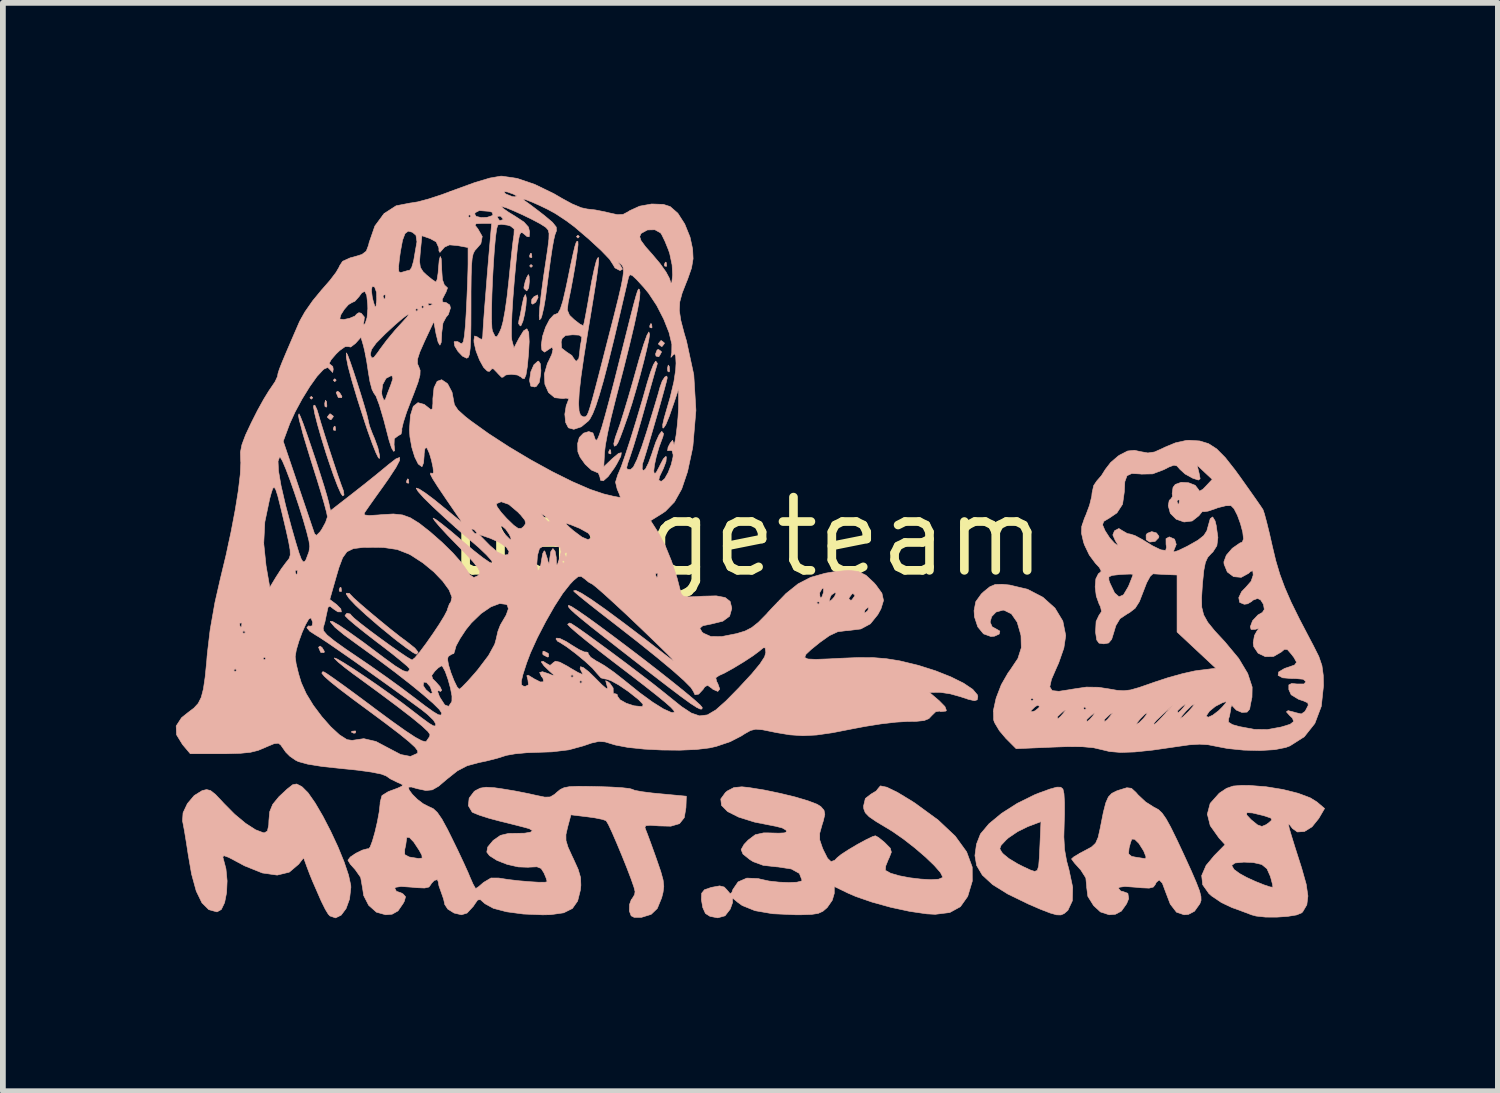
<source format=kicad_pcb>
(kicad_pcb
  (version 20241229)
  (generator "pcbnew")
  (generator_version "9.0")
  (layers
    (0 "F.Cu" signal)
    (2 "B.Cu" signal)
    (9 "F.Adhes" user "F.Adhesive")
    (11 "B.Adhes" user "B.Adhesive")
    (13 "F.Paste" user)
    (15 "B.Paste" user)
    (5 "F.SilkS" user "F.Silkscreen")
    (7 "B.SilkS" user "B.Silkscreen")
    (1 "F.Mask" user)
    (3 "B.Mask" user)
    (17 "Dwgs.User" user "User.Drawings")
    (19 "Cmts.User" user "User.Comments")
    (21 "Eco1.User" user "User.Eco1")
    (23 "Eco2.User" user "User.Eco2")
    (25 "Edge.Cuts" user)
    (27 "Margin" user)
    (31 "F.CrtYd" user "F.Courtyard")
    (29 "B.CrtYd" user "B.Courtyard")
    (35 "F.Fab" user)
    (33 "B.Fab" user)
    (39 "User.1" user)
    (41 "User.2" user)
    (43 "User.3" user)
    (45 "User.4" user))
  (footprint "badgeteam"
    (layer "F.Cu")
    (at 9.892 6.26)
    (property "Reference" "badgeteam" (at 0 0 0) (layer "F.SilkS") (effects (font (size 1.27 1.27) (thickness 0.15))))
    (attr through_hole)
    (fp_poly (pts (xy -7.518 -2.413) (xy -7.544 -2.388) (xy -7.569 -2.413) (xy -7.544 -2.438) (xy -7.518 -2.413)) (stroke (width 0.01) (type solid)) (fill yes) (layer "B.SilkS"))
    (fp_poly (pts (xy -7.112 -2.718) (xy -7.137 -2.692) (xy -7.163 -2.718) (xy -7.137 -2.743) (xy -7.112 -2.718)) (stroke (width 0.01) (type solid)) (fill yes) (layer "B.SilkS"))
    (fp_poly (pts (xy -3.708 -4.699) (xy -3.734 -4.674) (xy -3.759 -4.699) (xy -3.734 -4.724) (xy -3.708 -4.699)) (stroke (width 0.01) (type solid)) (fill yes) (layer "B.SilkS"))
    (fp_poly (pts (xy -2.896 -5.207) (xy -2.921 -5.182) (xy -2.946 -5.207) (xy -2.921 -5.232) (xy -2.896 -5.207)) (stroke (width 0.01) (type solid)) (fill yes) (layer "B.SilkS"))
    (fp_poly (pts (xy -7.28 -2.346) (xy -7.274 -2.267) (xy -7.285 -2.249) (xy -7.308 -2.264) (xy -7.311 -2.316) (xy -7.299 -2.37) (xy -7.28 -2.346)) (stroke (width 0.01) (type solid)) (fill yes) (layer "B.SilkS"))
    (fp_poly (pts (xy -7.129 -1.913) (xy -7.123 -1.853) (xy -7.129 -1.846) (xy -7.159 -1.853) (xy -7.163 -1.88) (xy -7.144 -1.921) (xy -7.129 -1.913)) (stroke (width 0.01) (type solid)) (fill yes) (layer "B.SilkS"))
    (fp_poly (pts (xy -7.027 0.881) (xy -7.021 0.941) (xy -7.027 0.948) (xy -7.058 0.941) (xy -7.061 0.914) (xy -7.043 0.873) (xy -7.027 0.881)) (stroke (width 0.01) (type solid)) (fill yes) (layer "B.SilkS"))
    (fp_poly (pts (xy -6.773 3.37) (xy -6.78 3.4) (xy -6.807 3.404) (xy -6.849 3.385) (xy -6.841 3.37) (xy -6.781 3.364) (xy -6.773 3.37)) (stroke (width 0.01) (type solid)) (fill yes) (layer "B.SilkS"))
    (fp_poly (pts (xy -5.859 -0.999) (xy -5.853 -0.939) (xy -5.859 -0.931) (xy -5.889 -0.938) (xy -5.893 -0.965) (xy -5.874 -1.007) (xy -5.859 -0.999)) (stroke (width 0.01) (type solid)) (fill yes) (layer "B.SilkS"))
    (fp_poly (pts (xy -3.725 -4.911) (xy -3.719 -4.85) (xy -3.725 -4.843) (xy -3.756 -4.85) (xy -3.759 -4.877) (xy -3.741 -4.919) (xy -3.725 -4.911)) (stroke (width 0.01) (type solid)) (fill yes) (layer "B.SilkS"))
    (fp_poly (pts (xy -2.354 -1.507) (xy -2.348 -1.447) (xy -2.354 -1.439) (xy -2.384 -1.446) (xy -2.388 -1.473) (xy -2.369 -1.515) (xy -2.354 -1.507)) (stroke (width 0.01) (type solid)) (fill yes) (layer "B.SilkS"))
    (fp_poly (pts (xy -1.643 -3.691) (xy -1.636 -3.631) (xy -1.643 -3.624) (xy -1.673 -3.631) (xy -1.676 -3.658) (xy -1.658 -3.699) (xy -1.643 -3.691)) (stroke (width 0.01) (type solid)) (fill yes) (layer "B.SilkS"))
    (fp_poly (pts (xy -1.389 -4.758) (xy -1.382 -4.698) (xy -1.389 -4.691) (xy -1.419 -4.698) (xy -1.422 -4.724) (xy -1.404 -4.766) (xy -1.389 -4.758)) (stroke (width 0.01) (type solid)) (fill yes) (layer "B.SilkS"))
    (fp_poly (pts (xy -1.337 -2.956) (xy -1.331 -2.877) (xy -1.341 -2.859) (xy -1.364 -2.874) (xy -1.368 -2.925) (xy -1.355 -2.979) (xy -1.337 -2.956)) (stroke (width 0.01) (type solid)) (fill yes) (layer "B.SilkS"))
    (fp_poly (pts (xy -3.612 -4.153) (xy -3.652 -4.071) (xy -3.704 -4.035) (xy -3.727 -4.053) (xy -3.72 -4.122) (xy -3.682 -4.166) (xy -3.621 -4.196) (xy -3.612 -4.153)) (stroke (width 0.01) (type solid)) (fill yes) (layer "B.SilkS"))
    (fp_poly (pts (xy -7.357 1.919) (xy -7.318 1.984) (xy -7.323 2.006) (xy -7.376 2.004) (xy -7.383 1.998) (xy -7.416 1.92) (xy -7.417 1.912) (xy -7.391 1.893) (xy -7.357 1.919)) (stroke (width 0.01) (type solid)) (fill yes) (layer "B.SilkS"))
    (fp_poly (pts (xy -7.164 -2.095) (xy -7.163 -2.083) (xy -7.201 -2.033) (xy -7.214 -2.032) (xy -7.263 -2.071) (xy -7.264 -2.083) (xy -7.226 -2.132) (xy -7.214 -2.134) (xy -7.164 -2.095)) (stroke (width 0.01) (type solid)) (fill yes) (layer "B.SilkS"))
    (fp_poly (pts (xy -7.052 -2.5) (xy -7.013 -2.436) (xy -7.018 -2.414) (xy -7.071 -2.415) (xy -7.078 -2.421) (xy -7.112 -2.5) (xy -7.112 -2.508) (xy -7.086 -2.527) (xy -7.052 -2.5)) (stroke (width 0.01) (type solid)) (fill yes) (layer "B.SilkS"))
    (fp_poly (pts (xy -3.439 2.018) (xy -3.429 2.032) (xy -3.431 2.079) (xy -3.448 2.083) (xy -3.52 2.046) (xy -3.531 2.032) (xy -3.528 1.985) (xy -3.511 1.981) (xy -3.439 2.018)) (stroke (width 0.01) (type solid)) (fill yes) (layer "B.SilkS"))
    (fp_poly (pts (xy -1.475 -3.215) (xy -1.473 -3.203) (xy -1.51 -3.135) (xy -1.524 -3.124) (xy -1.567 -3.136) (xy -1.575 -3.172) (xy -1.548 -3.242) (xy -1.524 -3.251) (xy -1.475 -3.215)) (stroke (width 0.01) (type solid)) (fill yes) (layer "B.SilkS"))
    (fp_poly (pts (xy -1.424 -3.365) (xy -1.422 -3.353) (xy -1.461 -3.303) (xy -1.473 -3.302) (xy -1.523 -3.341) (xy -1.524 -3.353) (xy -1.485 -3.402) (xy -1.473 -3.404) (xy -1.424 -3.365)) (stroke (width 0.01) (type solid)) (fill yes) (layer "B.SilkS"))
    (fp_poly (pts (xy 7.111 -0.069) (xy 7.153 -0.012) (xy 7.15 0.013) (xy 7.087 0.078) (xy 6.995 0.089) (xy 6.933 0.049) (xy 6.931 -0.033) (xy 6.95 -0.062) (xy 7.029 -0.092) (xy 7.111 -0.069)) (stroke (width 0.01) (type solid)) (fill yes) (layer "B.SilkS"))
    (fp_poly (pts (xy -3.767 -4.518) (xy -3.763 -4.432) (xy -3.774 -4.32) (xy -3.806 -4.268) (xy -3.81 -4.267) (xy -3.855 -4.307) (xy -3.857 -4.331) (xy -3.835 -4.428) (xy -3.81 -4.496) (xy -3.78 -4.549) (xy -3.767 -4.518)) (stroke (width 0.01) (type solid)) (fill yes) (layer "B.SilkS"))
    (fp_poly (pts (xy -3.573 -3.003) (xy -3.563 -2.885) (xy -3.566 -2.833) (xy -3.591 -2.681) (xy -3.642 -2.61) (xy -3.67 -2.6) (xy -3.738 -2.614) (xy -3.759 -2.705) (xy -3.759 -2.717) (xy -3.738 -2.863) (xy -3.685 -2.984) (xy -3.617 -3.046) (xy -3.602 -3.048) (xy -3.573 -3.003)) (stroke (width 0.01) (type solid)) (fill yes) (layer "B.SilkS"))
    (fp_poly (pts (xy -3.827 -4.199) (xy -3.814 -4.134) (xy -3.822 -4.013) (xy -3.844 -3.87) (xy -3.874 -3.743) (xy -3.907 -3.666) (xy -3.92 -3.658) (xy -3.95 -3.697) (xy -3.945 -3.747) (xy -3.92 -3.854) (xy -3.892 -4.005) (xy -3.887 -4.031) (xy -3.861 -4.148) (xy -3.834 -4.201) (xy -3.827 -4.199)) (stroke (width 0.01) (type solid)) (fill yes) (layer "B.SilkS"))
    (fp_poly (pts (xy -7.447 -2.211) (xy -7.423 -2.134) (xy -7.381 -1.988) (xy -7.318 -1.785) (xy -7.243 -1.55) (xy -7.164 -1.309) (xy -7.09 -1.086) (xy -7.028 -0.909) (xy -6.988 -0.802) (xy -6.987 -0.8) (xy -6.977 -0.727) (xy -7 -0.711) (xy -7.032 -0.757) (xy -7.088 -0.883) (xy -7.16 -1.073) (xy -7.242 -1.311) (xy -7.288 -1.45) (xy -7.369 -1.713) (xy -7.436 -1.947) (xy -7.483 -2.132) (xy -7.505 -2.249) (xy -7.505 -2.276) (xy -7.483 -2.285) (xy -7.447 -2.211)) (stroke (width 0.01) (type solid)) (fill yes) (layer "B.SilkS"))
    (fp_poly (pts (xy -6.885 0.978) (xy -6.868 0.997) (xy -6.812 1.056) (xy -6.695 1.161) (xy -6.537 1.297) (xy -6.357 1.447) (xy -6.175 1.596) (xy -6.009 1.727) (xy -5.881 1.822) (xy -5.748 1.928) (xy -5.691 2) (xy -5.717 2.031) (xy -5.729 2.032) (xy -5.784 2.002) (xy -5.897 1.923) (xy -6.048 1.809) (xy -6.113 1.758) (xy -6.372 1.546) (xy -6.594 1.354) (xy -6.769 1.192) (xy -6.887 1.068) (xy -6.938 0.993) (xy -6.937 0.976) (xy -6.885 0.978)) (stroke (width 0.01) (type solid)) (fill yes) (layer "B.SilkS"))
    (fp_poly (pts (xy -6.914 -3.154) (xy -6.872 -3.041) (xy -6.815 -2.875) (xy -6.75 -2.677) (xy -6.685 -2.471) (xy -6.626 -2.277) (xy -6.58 -2.118) (xy -6.556 -2.017) (xy -6.553 -1.997) (xy -6.534 -1.922) (xy -6.485 -1.792) (xy -6.448 -1.706) (xy -6.39 -1.547) (xy -6.36 -1.41) (xy -6.359 -1.362) (xy -6.379 -1.37) (xy -6.424 -1.461) (xy -6.488 -1.622) (xy -6.566 -1.839) (xy -6.615 -1.986) (xy -6.743 -2.385) (xy -6.84 -2.709) (xy -6.906 -2.956) (xy -6.938 -3.118) (xy -6.936 -3.19) (xy -6.935 -3.191) (xy -6.914 -3.154)) (stroke (width 0.01) (type solid)) (fill yes) (layer "B.SilkS"))
    (fp_poly (pts (xy -1.678 -3.515) (xy -1.678 -3.514) (xy -1.691 -3.423) (xy -1.727 -3.257) (xy -1.78 -3.04) (xy -1.845 -2.794) (xy -1.916 -2.543) (xy -1.985 -2.309) (xy -2.048 -2.116) (xy -2.05 -2.108) (xy -2.132 -1.875) (xy -2.189 -1.722) (xy -2.228 -1.632) (xy -2.257 -1.588) (xy -2.283 -1.575) (xy -2.291 -1.575) (xy -2.299 -1.617) (xy -2.273 -1.725) (xy -2.239 -1.819) (xy -2.189 -1.96) (xy -2.122 -2.173) (xy -2.045 -2.429) (xy -1.966 -2.703) (xy -1.954 -2.746) (xy -1.856 -3.094) (xy -1.779 -3.344) (xy -1.724 -3.497) (xy -1.691 -3.554) (xy -1.678 -3.515)) (stroke (width 0.01) (type solid)) (fill yes) (layer "B.SilkS"))
    (fp_poly (pts (xy -3.035 1.206) (xy -2.92 1.28) (xy -2.75 1.398) (xy -2.538 1.552) (xy -2.297 1.731) (xy -2.037 1.927) (xy -1.772 2.129) (xy -1.515 2.329) (xy -1.277 2.517) (xy -1.07 2.684) (xy -0.908 2.819) (xy -0.802 2.914) (xy -0.765 2.959) (xy -0.771 2.985) (xy -0.802 2.985) (xy -0.865 2.954) (xy -0.97 2.886) (xy -1.123 2.775) (xy -1.335 2.615) (xy -1.612 2.402) (xy -1.811 2.248) (xy -2.172 1.967) (xy -2.46 1.741) (xy -2.684 1.565) (xy -2.849 1.431) (xy -2.965 1.334) (xy -3.038 1.267) (xy -3.077 1.224) (xy -3.088 1.199) (xy -3.083 1.186) (xy -3.035 1.206)) (stroke (width 0.01) (type solid)) (fill yes) (layer "B.SilkS"))
    (fp_poly (pts (xy -1.856 -4.292) (xy -1.847 -4.253) (xy -1.845 -4.242) (xy -1.851 -4.144) (xy -1.884 -3.955) (xy -1.943 -3.68) (xy -2.027 -3.325) (xy -2.134 -2.897) (xy -2.263 -2.402) (xy -2.286 -2.311) (xy -2.351 -2.05) (xy -2.406 -1.8) (xy -2.445 -1.59) (xy -2.46 -1.459) (xy -2.473 -1.216) (xy -2.329 -1.354) (xy -2.218 -1.447) (xy -2.168 -1.461) (xy -2.177 -1.398) (xy -2.249 -1.262) (xy -2.285 -1.203) (xy -2.396 -1.048) (xy -2.48 -0.973) (xy -2.529 -0.982) (xy -2.54 -1.041) (xy -2.567 -1.109) (xy -2.59 -1.118) (xy -2.685 -1.158) (xy -2.793 -1.257) (xy -2.883 -1.382) (xy -2.922 -1.477) (xy -2.926 -1.62) (xy -2.897 -1.724) (xy -2.824 -1.799) (xy -2.733 -1.827) (xy -2.661 -1.803) (xy -2.642 -1.753) (xy -2.619 -1.685) (xy -2.6 -1.676) (xy -2.579 -1.699) (xy -2.549 -1.773) (xy -2.506 -1.904) (xy -2.45 -2.101) (xy -2.377 -2.371) (xy -2.286 -2.72) (xy -2.176 -3.157) (xy -2.101 -3.454) (xy -2.02 -3.777) (xy -1.96 -4.011) (xy -1.917 -4.169) (xy -1.888 -4.262) (xy -1.869 -4.299) (xy -1.856 -4.292)) (stroke (width 0.01) (type solid)) (fill yes) (layer "B.SilkS"))
    (fp_poly (pts (xy 5.451 4.34) (xy 5.489 4.372) (xy 5.489 4.372) (xy 5.507 4.452) (xy 5.516 4.607) (xy 5.516 4.811) (xy 5.512 4.928) (xy 5.505 5.202) (xy 5.517 5.419) (xy 5.553 5.62) (xy 5.593 5.768) (xy 5.658 6.075) (xy 5.652 6.31) (xy 5.575 6.475) (xy 5.51 6.531) (xy 5.454 6.555) (xy 5.379 6.553) (xy 5.266 6.521) (xy 5.096 6.455) (xy 4.89 6.366) (xy 4.534 6.193) (xy 4.27 6.029) (xy 4.092 5.865) (xy 3.992 5.696) (xy 3.963 5.525) (xy 3.979 5.408) (xy 4.394 5.408) (xy 4.43 5.47) (xy 4.455 5.498) (xy 4.553 5.578) (xy 4.704 5.669) (xy 4.801 5.718) (xy 4.92 5.774) (xy 4.998 5.8) (xy 5.044 5.783) (xy 5.068 5.707) (xy 5.08 5.56) (xy 5.091 5.328) (xy 5.092 5.3) (xy 5.108 4.937) (xy 4.877 5.024) (xy 4.703 5.11) (xy 4.544 5.218) (xy 4.504 5.254) (xy 4.416 5.348) (xy 4.394 5.408) (xy 3.979 5.408) (xy 3.99 5.328) (xy 4.058 5.153) (xy 4.061 5.148) (xy 4.207 4.974) (xy 4.427 4.792) (xy 4.697 4.62) (xy 4.994 4.473) (xy 5.071 4.442) (xy 5.263 4.372) (xy 5.383 4.339) (xy 5.451 4.34)) (stroke (width 0.01) (type solid)) (fill yes) (layer "B.SilkS"))
    (fp_poly (pts (xy -7.712 4.328) (xy -7.701 4.336) (xy -7.601 4.436) (xy -7.478 4.612) (xy -7.344 4.841) (xy -7.209 5.102) (xy -7.082 5.374) (xy -6.975 5.636) (xy -6.898 5.865) (xy -6.86 6.041) (xy -6.858 6.077) (xy -6.881 6.279) (xy -6.941 6.444) (xy -7.026 6.558) (xy -7.123 6.606) (xy -7.22 6.573) (xy -7.251 6.54) (xy -7.302 6.456) (xy -7.369 6.321) (xy -7.39 6.274) (xy -7.456 6.122) (xy -7.512 5.994) (xy -7.523 5.969) (xy -7.573 5.846) (xy -7.622 5.716) (xy -7.677 5.564) (xy -7.763 5.675) (xy -7.926 5.813) (xy -8.136 5.864) (xy -8.394 5.827) (xy -8.702 5.703) (xy -8.819 5.64) (xy -8.976 5.557) (xy -9.059 5.527) (xy -9.079 5.549) (xy -9.075 5.562) (xy -9.024 5.755) (xy -9.004 5.964) (xy -9.013 6.167) (xy -9.047 6.34) (xy -9.104 6.46) (xy -9.179 6.502) (xy -9.321 6.464) (xy -9.44 6.346) (xy -9.539 6.142) (xy -9.62 5.847) (xy -9.678 5.512) (xy -9.712 5.291) (xy -9.744 5.096) (xy -9.77 4.958) (xy -9.777 4.926) (xy -9.768 4.784) (xy -9.693 4.625) (xy -9.575 4.485) (xy -9.437 4.399) (xy -9.36 4.381) (xy -9.291 4.398) (xy -9.206 4.465) (xy -9.083 4.595) (xy -9.061 4.619) (xy -8.874 4.808) (xy -8.683 4.967) (xy -8.511 5.078) (xy -8.377 5.129) (xy -8.358 5.131) (xy -8.305 5.1) (xy -8.282 4.995) (xy -8.279 4.915) (xy -8.265 4.764) (xy -8.213 4.637) (xy -8.106 4.506) (xy -7.965 4.374) (xy -7.867 4.297) (xy -7.798 4.284) (xy -7.712 4.328)) (stroke (width 0.01) (type solid)) (fill yes) (layer "B.SilkS"))
    (fp_poly (pts (xy 6.677 4.359) (xy 6.754 4.429) (xy 6.792 4.473) (xy 6.922 4.595) (xy 7.067 4.687) (xy 7.08 4.693) (xy 7.146 4.729) (xy 7.208 4.788) (xy 7.276 4.885) (xy 7.358 5.033) (xy 7.463 5.247) (xy 7.583 5.503) (xy 7.712 5.785) (xy 7.801 5.991) (xy 7.857 6.136) (xy 7.882 6.235) (xy 7.884 6.303) (xy 7.865 6.356) (xy 7.862 6.362) (xy 7.77 6.491) (xy 7.666 6.545) (xy 7.59 6.552) (xy 7.458 6.507) (xy 7.35 6.367) (xy 7.271 6.16) (xy 7.213 6.004) (xy 7.158 5.948) (xy 7.106 5.992) (xy 7.091 6.026) (xy 7.057 6.071) (xy 6.984 6.09) (xy 6.847 6.084) (xy 6.756 6.075) (xy 6.563 6.061) (xy 6.465 6.075) (xy 6.452 6.093) (xy 6.492 6.141) (xy 6.525 6.147) (xy 6.615 6.18) (xy 6.629 6.273) (xy 6.593 6.361) (xy 6.503 6.488) (xy 6.399 6.543) (xy 6.291 6.552) (xy 6.14 6.503) (xy 6.021 6.393) (xy 5.921 6.233) (xy 5.9 6.07) (xy 5.901 6.065) (xy 5.886 5.913) (xy 5.799 5.776) (xy 5.777 5.752) (xy 5.689 5.654) (xy 5.642 5.59) (xy 5.639 5.582) (xy 5.68 5.546) (xy 5.767 5.495) (xy 6.626 5.495) (xy 6.679 5.539) (xy 6.744 5.552) (xy 6.86 5.57) (xy 6.923 5.58) (xy 6.929 5.547) (xy 6.893 5.455) (xy 6.885 5.439) (xy 6.806 5.314) (xy 6.732 5.242) (xy 6.684 5.24) (xy 6.662 5.297) (xy 6.636 5.394) (xy 6.626 5.495) (xy 5.767 5.495) (xy 5.785 5.484) (xy 5.86 5.444) (xy 5.983 5.378) (xy 6.056 5.31) (xy 6.1 5.209) (xy 6.137 5.043) (xy 6.142 5.016) (xy 6.19 4.774) (xy 6.232 4.611) (xy 6.277 4.509) (xy 6.336 4.447) (xy 6.419 4.405) (xy 6.469 4.388) (xy 6.597 4.349) (xy 6.677 4.359)) (stroke (width 0.01) (type solid)) (fill yes) (layer "B.SilkS"))
    (fp_poly (pts (xy 8.719 4.309) (xy 9.011 4.332) (xy 9.302 4.379) (xy 9.566 4.445) (xy 9.777 4.524) (xy 9.892 4.595) (xy 10.026 4.709) (xy 9.925 4.882) (xy 9.808 5.027) (xy 9.677 5.108) (xy 9.554 5.116) (xy 9.469 5.056) (xy 9.431 5.005) (xy 9.407 4.98) (xy 9.401 4.993) (xy 9.414 5.056) (xy 9.45 5.178) (xy 9.51 5.372) (xy 9.598 5.648) (xy 9.629 5.745) (xy 9.707 6.022) (xy 9.737 6.227) (xy 9.718 6.379) (xy 9.65 6.495) (xy 9.631 6.517) (xy 9.543 6.554) (xy 9.386 6.58) (xy 9.195 6.593) (xy 9.001 6.592) (xy 8.837 6.574) (xy 8.763 6.554) (xy 8.655 6.513) (xy 8.499 6.455) (xy 8.42 6.427) (xy 8.238 6.341) (xy 8.069 6.227) (xy 8.021 6.185) (xy 7.912 6.031) (xy 7.895 5.872) (xy 7.971 5.697) (xy 7.971 5.697) (xy 8.415 5.697) (xy 8.456 5.767) (xy 8.554 5.838) (xy 8.674 5.904) (xy 8.822 5.972) (xy 8.968 6.031) (xy 9.081 6.069) (xy 9.13 6.074) (xy 9.123 6.025) (xy 9.094 5.915) (xy 9.084 5.882) (xy 9.027 5.754) (xy 8.937 5.68) (xy 8.788 5.646) (xy 8.626 5.639) (xy 8.472 5.654) (xy 8.415 5.697) (xy 7.971 5.697) (xy 8.113 5.526) (xy 8.3 5.336) (xy 8.195 5.22) (xy 8.043 5.006) (xy 7.996 4.818) (xy 8.672 4.818) (xy 8.747 4.898) (xy 8.753 4.904) (xy 8.864 4.994) (xy 8.939 5.02) (xy 9.013 4.989) (xy 9.06 4.955) (xy 9.111 4.908) (xy 9.094 4.875) (xy 8.996 4.841) (xy 8.958 4.83) (xy 8.774 4.786) (xy 8.68 4.781) (xy 8.672 4.818) (xy 7.996 4.818) (xy 7.993 4.806) (xy 8.042 4.621) (xy 8.192 4.452) (xy 8.212 4.435) (xy 8.327 4.359) (xy 8.44 4.32) (xy 8.59 4.308) (xy 8.719 4.309)) (stroke (width 0.01) (type solid)) (fill yes) (layer "B.SilkS"))
    (fp_poly (pts (xy 2.435 4.34) (xy 2.619 4.429) (xy 2.873 4.583) (xy 2.928 4.619) (xy 3.325 4.909) (xy 3.622 5.189) (xy 3.819 5.461) (xy 3.916 5.724) (xy 3.917 5.969) (xy 3.838 6.233) (xy 3.711 6.412) (xy 3.527 6.513) (xy 3.275 6.544) (xy 3.127 6.536) (xy 2.832 6.493) (xy 2.503 6.422) (xy 2.178 6.332) (xy 1.895 6.234) (xy 1.765 6.178) (xy 1.524 6.061) (xy 1.524 6.182) (xy 1.489 6.301) (xy 1.404 6.423) (xy 1.399 6.429) (xy 1.327 6.491) (xy 1.246 6.528) (xy 1.129 6.546) (xy 0.949 6.552) (xy 0.853 6.552) (xy 0.456 6.534) (xy 0.149 6.481) (xy -0.073 6.391) (xy -0.152 6.334) (xy -0.227 6.272) (xy -0.247 6.262) (xy -0.243 6.268) (xy -0.239 6.339) (xy -0.279 6.451) (xy -0.283 6.458) (xy -0.37 6.57) (xy -0.493 6.604) (xy -0.503 6.604) (xy -0.631 6.579) (xy -0.71 6.529) (xy -0.756 6.427) (xy -0.78 6.289) (xy -0.775 6.178) (xy -0.727 6.118) (xy -0.61 6.078) (xy -0.596 6.075) (xy -0.463 6.051) (xy -0.384 6.071) (xy -0.336 6.122) (xy -0.281 6.187) (xy -0.252 6.166) (xy -0.234 6.114) (xy -0.144 5.982) (xy 0.008 5.916) (xy 0.203 5.924) (xy 0.247 5.935) (xy 0.393 5.967) (xy 0.566 5.986) (xy 0.737 5.993) (xy 0.876 5.987) (xy 0.956 5.967) (xy 0.965 5.953) (xy 0.919 5.835) (xy 0.78 5.758) (xy 0.548 5.722) (xy 0.527 5.721) (xy 0.292 5.695) (xy 0.12 5.632) (xy 0.059 5.594) (xy -0.059 5.499) (xy -0.091 5.422) (xy -0.041 5.333) (xy 0.031 5.257) (xy 0.154 5.164) (xy 0.298 5.132) (xy 0.374 5.132) (xy 0.559 5.137) (xy 0.66 5.132) (xy 0.697 5.113) (xy 0.689 5.086) (xy 0.624 5.047) (xy 0.504 5.016) (xy 0.496 5.015) (xy 0.142 4.945) (xy -0.133 4.859) (xy -0.326 4.762) (xy -0.431 4.656) (xy -0.444 4.544) (xy -0.362 4.431) (xy -0.328 4.404) (xy -0.216 4.346) (xy -0.078 4.333) (xy 0.039 4.345) (xy 0.312 4.389) (xy 0.589 4.447) (xy 0.848 4.51) (xy 1.067 4.575) (xy 1.225 4.635) (xy 1.29 4.675) (xy 1.346 4.74) (xy 1.36 4.811) (xy 1.334 4.924) (xy 1.313 4.989) (xy 1.271 5.14) (xy 1.272 5.254) (xy 1.317 5.387) (xy 1.333 5.425) (xy 1.407 5.572) (xy 1.468 5.63) (xy 1.532 5.607) (xy 1.574 5.563) (xy 1.644 5.506) (xy 1.77 5.424) (xy 1.923 5.333) (xy 2.073 5.252) (xy 2.189 5.196) (xy 2.237 5.182) (xy 2.293 5.213) (xy 2.388 5.29) (xy 2.407 5.308) (xy 2.495 5.397) (xy 2.514 5.466) (xy 2.476 5.564) (xy 2.462 5.592) (xy 2.416 5.706) (xy 2.41 5.778) (xy 2.413 5.783) (xy 2.502 5.832) (xy 2.65 5.875) (xy 2.832 5.91) (xy 3.024 5.933) (xy 3.199 5.943) (xy 3.333 5.935) (xy 3.4 5.907) (xy 3.404 5.896) (xy 3.365 5.819) (xy 3.26 5.699) (xy 3.107 5.552) (xy 2.923 5.394) (xy 2.727 5.241) (xy 2.535 5.107) (xy 2.45 5.055) (xy 2.253 4.937) (xy 2.129 4.852) (xy 2.062 4.783) (xy 2.036 4.716) (xy 2.032 4.666) (xy 2.063 4.535) (xy 2.159 4.461) (xy 2.252 4.405) (xy 2.286 4.361) (xy 2.324 4.317) (xy 2.435 4.34)) (stroke (width 0.01) (type solid)) (fill yes) (layer "B.SilkS"))
    (fp_poly (pts (xy 7.86 -1.664) (xy 8.012 -1.618) (xy 8.154 -1.527) (xy 8.303 -1.377) (xy 8.477 -1.156) (xy 8.564 -1.036) (xy 8.706 -0.836) (xy 8.828 -0.663) (xy 8.916 -0.536) (xy 8.958 -0.473) (xy 8.982 -0.402) (xy 9.022 -0.253) (xy 9.072 -0.05) (xy 9.12 0.162) (xy 9.18 0.413) (xy 9.249 0.645) (xy 9.335 0.877) (xy 9.445 1.13) (xy 9.59 1.424) (xy 9.776 1.78) (xy 9.829 1.88) (xy 9.926 2.073) (xy 9.98 2.231) (xy 10.003 2.399) (xy 10.007 2.58) (xy 9.969 2.937) (xy 9.857 3.234) (xy 9.674 3.465) (xy 9.426 3.623) (xy 9.352 3.651) (xy 9.161 3.689) (xy 8.906 3.704) (xy 8.622 3.697) (xy 8.345 3.669) (xy 8.172 3.636) (xy 8.009 3.604) (xy 7.858 3.594) (xy 7.681 3.605) (xy 7.441 3.639) (xy 7.436 3.64) (xy 7.042 3.697) (xy 6.732 3.729) (xy 6.488 3.737) (xy 6.296 3.721) (xy 6.16 3.688) (xy 6.017 3.655) (xy 5.827 3.638) (xy 5.571 3.636) (xy 5.311 3.645) (xy 4.678 3.672) (xy 4.501 3.495) (xy 4.387 3.36) (xy 4.322 3.251) (xy 6.766 3.251) (xy 6.79 3.235) (xy 7.064 3.235) (xy 7.077 3.251) (xy 7.077 3.251) (xy 7.117 3.217) (xy 7.184 3.149) (xy 7.524 3.149) (xy 7.526 3.15) (xy 7.574 3.116) (xy 7.583 3.108) (xy 7.976 3.108) (xy 8.008 3.127) (xy 8.088 3.09) (xy 8.19 3.012) (xy 8.253 2.949) (xy 8.318 2.873) (xy 8.315 2.856) (xy 8.252 2.876) (xy 8.132 2.938) (xy 8.028 3.023) (xy 7.977 3.099) (xy 7.976 3.108) (xy 7.583 3.108) (xy 7.659 3.035) (xy 7.671 3.023) (xy 7.743 2.939) (xy 7.767 2.897) (xy 7.765 2.896) (xy 7.716 2.929) (xy 7.632 3.01) (xy 7.62 3.023) (xy 7.548 3.107) (xy 7.524 3.149) (xy 7.184 3.149) (xy 7.201 3.131) (xy 7.242 3.086) (xy 7.307 3.014) (xy 7.478 3.014) (xy 7.478 3.047) (xy 7.487 3.048) (xy 7.529 3.013) (xy 7.576 2.959) (xy 7.62 2.899) (xy 7.593 2.912) (xy 7.556 2.94) (xy 7.478 3.014) (xy 7.307 3.014) (xy 7.391 2.921) (xy 7.226 3.07) (xy 7.111 3.179) (xy 7.064 3.235) (xy 6.79 3.235) (xy 6.815 3.218) (xy 6.883 3.15) (xy 6.942 3.076) (xy 6.95 3.048) (xy 6.901 3.081) (xy 6.833 3.15) (xy 6.774 3.223) (xy 6.766 3.251) (xy 4.322 3.251) (xy 4.306 3.224) (xy 4.288 3.176) (xy 4.288 3.166) (xy 5.903 3.166) (xy 5.903 3.2) (xy 5.912 3.2) (xy 5.953 3.166) (xy 6.208 3.166) (xy 6.208 3.2) (xy 6.217 3.2) (xy 6.259 3.166) (xy 6.306 3.111) (xy 6.35 3.051) (xy 6.323 3.064) (xy 6.287 3.092) (xy 6.208 3.166) (xy 5.953 3.166) (xy 5.954 3.166) (xy 6.001 3.111) (xy 6.045 3.051) (xy 6.019 3.064) (xy 5.982 3.092) (xy 5.903 3.166) (xy 4.288 3.166) (xy 4.287 3.116) (xy 5.395 3.116) (xy 5.395 3.149) (xy 5.404 3.15) (xy 5.446 3.115) (xy 5.493 3.061) (xy 5.537 3.001) (xy 5.511 3.013) (xy 5.474 3.042) (xy 5.395 3.116) (xy 4.287 3.116) (xy 4.285 3.027) (xy 4.928 3.027) (xy 4.966 3.028) (xy 5.004 3.016) (xy 5.059 2.972) (xy 5.842 2.972) (xy 5.867 2.997) (xy 5.893 2.972) (xy 5.867 2.946) (xy 5.842 2.972) (xy 5.059 2.972) (xy 5.071 2.962) (xy 5.08 2.935) (xy 5.05 2.918) (xy 5.004 2.946) (xy 4.941 3.007) (xy 4.928 3.027) (xy 4.285 3.027) (xy 4.284 3.007) (xy 4.325 2.819) (xy 4.928 2.819) (xy 4.953 2.845) (xy 4.978 2.819) (xy 4.953 2.794) (xy 4.928 2.819) (xy 4.325 2.819) (xy 4.332 2.791) (xy 4.42 2.563) (xy 4.538 2.357) (xy 4.574 2.309) (xy 4.708 2.108) (xy 4.767 1.923) (xy 4.762 1.715) (xy 4.758 1.694) (xy 4.696 1.479) (xy 4.596 1.334) (xy 4.468 1.271) (xy 4.446 1.27) (xy 4.329 1.303) (xy 4.253 1.382) (xy 4.226 1.477) (xy 4.262 1.559) (xy 4.323 1.591) (xy 4.395 1.633) (xy 4.384 1.684) (xy 4.304 1.721) (xy 4.24 1.727) (xy 4.112 1.681) (xy 4.012 1.559) (xy 3.955 1.386) (xy 3.948 1.278) (xy 3.978 1.122) (xy 4.074 0.989) (xy 4.118 0.948) (xy 4.222 0.864) (xy 4.314 0.825) (xy 4.436 0.821) (xy 4.565 0.834) (xy 4.876 0.908) (xy 5.142 1.046) (xy 5.351 1.234) (xy 5.487 1.459) (xy 5.537 1.708) (xy 5.537 1.713) (xy 5.505 1.927) (xy 5.414 2.188) (xy 5.379 2.265) (xy 5.29 2.47) (xy 5.261 2.6) (xy 5.302 2.665) (xy 5.419 2.677) (xy 5.622 2.646) (xy 5.653 2.64) (xy 5.894 2.604) (xy 6.103 2.607) (xy 6.284 2.635) (xy 6.428 2.66) (xy 6.544 2.667) (xy 6.662 2.653) (xy 6.81 2.611) (xy 7.018 2.539) (xy 7.065 2.522) (xy 7.311 2.441) (xy 7.559 2.372) (xy 7.772 2.324) (xy 7.842 2.314) (xy 8.14 2.277) (xy 7.804 1.963) (xy 7.468 1.649) (xy 7.468 0.66) (xy 7.29 0.653) (xy 7.152 0.646) (xy 7.055 0.64) (xy 7.05 0.64) (xy 7.003 0.682) (xy 6.941 0.795) (xy 6.885 0.94) (xy 6.814 1.123) (xy 6.741 1.237) (xy 6.644 1.312) (xy 6.606 1.333) (xy 6.478 1.418) (xy 6.406 1.539) (xy 6.377 1.637) (xy 6.334 1.776) (xy 6.281 1.839) (xy 6.198 1.854) (xy 6.115 1.842) (xy 6.075 1.787) (xy 6.056 1.66) (xy 6.055 1.645) (xy 6.064 1.466) (xy 6.113 1.362) (xy 6.159 1.293) (xy 6.14 1.209) (xy 6.117 1.165) (xy 6.067 1.025) (xy 6.048 0.867) (xy 6.06 0.726) (xy 6.077 0.693) (xy 6.285 0.693) (xy 6.286 0.75) (xy 6.305 0.803) (xy 6.385 0.971) (xy 6.462 1.038) (xy 6.539 1.004) (xy 6.619 0.869) (xy 6.635 0.834) (xy 6.681 0.718) (xy 6.705 0.653) (xy 6.706 0.649) (xy 6.66 0.644) (xy 6.546 0.648) (xy 6.48 0.652) (xy 6.343 0.667) (xy 6.285 0.693) (xy 6.077 0.693) (xy 6.104 0.638) (xy 6.12 0.628) (xy 6.154 0.594) (xy 6.121 0.53) (xy 6.052 0.456) (xy 5.946 0.313) (xy 5.861 0.135) (xy 5.845 0.086) (xy 5.811 -0.063) (xy 5.815 -0.182) (xy 5.825 -0.212) (xy 6.175 -0.212) (xy 6.216 -0.116) (xy 6.219 -0.109) (xy 6.301 0.018) (xy 6.38 0.105) (xy 6.438 0.15) (xy 6.434 0.125) (xy 6.398 0.065) (xy 6.354 -0.034) (xy 6.382 -0.103) (xy 6.389 -0.11) (xy 6.459 -0.146) (xy 6.513 -0.112) (xy 6.609 -0.057) (xy 6.65 -0.051) (xy 6.737 -0.024) (xy 6.863 0.044) (xy 6.906 0.071) (xy 7.046 0.156) (xy 7.17 0.216) (xy 7.194 0.225) (xy 7.27 0.234) (xy 7.285 0.181) (xy 7.277 0.128) (xy 7.276 0.03) (xy 7.333 0.00004) (xy 7.336 0) (xy 7.425 0.039) (xy 7.454 0.13) (xy 7.411 0.236) (xy 7.41 0.238) (xy 7.412 0.261) (xy 7.491 0.236) (xy 7.636 0.166) (xy 7.657 0.155) (xy 7.83 0.057) (xy 7.931 -0.023) (xy 7.984 -0.105) (xy 8.006 -0.184) (xy 8.043 -0.316) (xy 8.085 -0.347) (xy 8.127 -0.278) (xy 8.147 -0.197) (xy 8.176 0.01) (xy 8.158 0.153) (xy 8.09 0.26) (xy 8.06 0.288) (xy 7.999 0.355) (xy 7.959 0.443) (xy 7.932 0.58) (xy 7.911 0.788) (xy 7.907 0.833) (xy 7.893 1.055) (xy 7.896 1.219) (xy 7.929 1.352) (xy 8 1.48) (xy 8.12 1.628) (xy 8.301 1.823) (xy 8.304 1.827) (xy 8.536 2.106) (xy 8.693 2.368) (xy 8.77 2.603) (xy 8.767 2.78) (xy 8.74 2.906) (xy 8.727 2.985) (xy 8.682 3.038) (xy 8.591 3.043) (xy 8.496 3.003) (xy 8.462 2.968) (xy 8.416 2.918) (xy 8.401 2.958) (xy 8.4 2.981) (xy 8.377 3.109) (xy 8.361 3.155) (xy 8.36 3.212) (xy 8.429 3.255) (xy 8.545 3.288) (xy 8.808 3.337) (xy 9.033 3.34) (xy 9.271 3.297) (xy 9.274 3.296) (xy 9.428 3.249) (xy 9.49 3.201) (xy 9.469 3.142) (xy 9.422 3.098) (xy 9.364 3.033) (xy 9.393 3.012) (xy 9.5 3.039) (xy 9.517 3.045) (xy 9.622 3.07) (xy 9.684 3.028) (xy 9.706 2.991) (xy 9.743 2.918) (xy 9.734 2.877) (xy 9.661 2.844) (xy 9.576 2.816) (xy 9.446 2.737) (xy 9.406 2.647) (xy 9.406 2.566) (xy 9.456 2.541) (xy 9.546 2.55) (xy 9.668 2.55) (xy 9.703 2.51) (xy 9.656 2.468) (xy 9.515 2.455) (xy 9.461 2.456) (xy 9.299 2.443) (xy 9.22 2.401) (xy 9.229 2.342) (xy 9.331 2.281) (xy 9.385 2.263) (xy 9.506 2.221) (xy 9.54 2.174) (xy 9.496 2.093) (xy 9.453 2.036) (xy 9.382 1.954) (xy 9.33 1.949) (xy 9.273 1.997) (xy 9.141 2.073) (xy 8.998 2.076) (xy 8.873 2.016) (xy 8.798 1.904) (xy 8.788 1.837) (xy 8.81 1.709) (xy 8.852 1.633) (xy 8.885 1.589) (xy 8.835 1.599) (xy 8.826 1.603) (xy 8.752 1.605) (xy 8.738 1.558) (xy 8.777 1.453) (xy 8.871 1.353) (xy 8.947 1.31) (xy 8.981 1.257) (xy 8.966 1.169) (xy 8.917 1.092) (xy 8.864 1.067) (xy 8.779 1.099) (xy 8.763 1.118) (xy 8.691 1.16) (xy 8.633 1.168) (xy 8.553 1.135) (xy 8.538 1.053) (xy 8.587 0.949) (xy 8.661 0.873) (xy 8.752 0.769) (xy 8.788 0.662) (xy 8.781 0.586) (xy 8.741 0.6) (xy 8.709 0.631) (xy 8.581 0.701) (xy 8.448 0.689) (xy 8.339 0.608) (xy 8.283 0.471) (xy 8.28 0.432) (xy 8.322 0.318) (xy 8.425 0.198) (xy 8.557 0.106) (xy 8.6 0.088) (xy 8.62 0.034) (xy 8.607 -0.082) (xy 8.568 -0.228) (xy 8.515 -0.374) (xy 8.456 -0.489) (xy 8.404 -0.542) (xy 8.314 -0.541) (xy 8.177 -0.507) (xy 8.128 -0.488) (xy 8.005 -0.447) (xy 7.933 -0.437) (xy 7.925 -0.444) (xy 7.901 -0.435) (xy 7.846 -0.367) (xy 7.73 -0.276) (xy 7.589 -0.259) (xy 7.453 -0.307) (xy 7.351 -0.409) (xy 7.315 -0.541) (xy 7.328 -0.61) (xy 7.468 -0.61) (xy 7.486 -0.568) (xy 7.501 -0.576) (xy 7.508 -0.636) (xy 7.501 -0.643) (xy 7.471 -0.636) (xy 7.468 -0.61) (xy 7.328 -0.61) (xy 7.332 -0.633) (xy 7.361 -0.66) (xy 7.389 -0.7) (xy 7.383 -0.753) (xy 7.398 -0.859) (xy 7.437 -0.91) (xy 7.54 -0.947) (xy 7.669 -0.939) (xy 7.782 -0.895) (xy 7.833 -0.83) (xy 7.858 -0.793) (xy 7.917 -0.828) (xy 7.963 -0.875) (xy 8.078 -0.998) (xy 7.946 -1.121) (xy 7.815 -1.245) (xy 7.85 -1.104) (xy 7.868 -1.008) (xy 7.838 -0.986) (xy 7.74 -1.018) (xy 7.607 -1.091) (xy 7.518 -1.172) (xy 7.466 -1.231) (xy 7.414 -1.244) (xy 7.327 -1.212) (xy 7.238 -1.166) (xy 7.044 -1.093) (xy 6.85 -1.089) (xy 6.826 -1.092) (xy 6.683 -1.1) (xy 6.6 -1.061) (xy 6.562 -0.957) (xy 6.553 -0.78) (xy 6.523 -0.567) (xy 6.425 -0.416) (xy 6.297 -0.329) (xy 6.198 -0.27) (xy 6.175 -0.212) (xy 5.825 -0.212) (xy 5.861 -0.32) (xy 5.888 -0.382) (xy 5.951 -0.551) (xy 5.989 -0.706) (xy 5.994 -0.762) (xy 6.022 -0.89) (xy 6.074 -0.968) (xy 6.156 -1.062) (xy 6.225 -1.172) (xy 6.317 -1.291) (xy 6.449 -1.404) (xy 6.474 -1.42) (xy 6.611 -1.49) (xy 6.729 -1.502) (xy 6.834 -1.479) (xy 6.962 -1.456) (xy 7.077 -1.473) (xy 7.225 -1.539) (xy 7.25 -1.553) (xy 7.439 -1.631) (xy 7.627 -1.673) (xy 7.68 -1.676) (xy 7.86 -1.664)) (stroke (width 0.01) (type solid)) (fill yes) (layer "B.SilkS"))
    (fp_poly (pts (xy -3.976 -6.217) (xy -3.67 -6.113) (xy -3.34 -5.953) (xy -3.196 -5.869) (xy -3.023 -5.775) (xy -2.863 -5.708) (xy -2.761 -5.686) (xy -2.62 -5.67) (xy -2.444 -5.635) (xy -2.388 -5.621) (xy -2.237 -5.588) (xy -2.137 -5.593) (xy -2.044 -5.642) (xy -2.025 -5.656) (xy -1.852 -5.735) (xy -1.642 -5.773) (xy -1.439 -5.766) (xy -1.321 -5.728) (xy -1.189 -5.613) (xy -1.069 -5.426) (xy -0.977 -5.199) (xy -0.932 -4.991) (xy -0.924 -4.824) (xy -0.951 -4.663) (xy -1.019 -4.468) (xy -1.04 -4.417) (xy -1.114 -4.228) (xy -1.155 -4.075) (xy -1.163 -3.927) (xy -1.137 -3.755) (xy -1.078 -3.529) (xy -1.039 -3.399) (xy -0.912 -2.811) (xy -0.875 -2.196) (xy -0.927 -1.579) (xy -0.936 -1.524) (xy -1.02 -1.132) (xy -1.122 -0.83) (xy -1.248 -0.605) (xy -1.402 -0.446) (xy -1.457 -0.408) (xy -1.66 -0.282) (xy -1.517 -0.058) (xy -1.408 0.15) (xy -1.298 0.42) (xy -1.202 0.711) (xy -1.148 0.92) (xy -1.129 0.989) (xy -1.092 1.027) (xy -1.014 1.04) (xy -0.872 1.035) (xy -0.763 1.028) (xy -0.523 1.022) (xy -0.368 1.051) (xy -0.282 1.118) (xy -0.254 1.231) (xy -0.254 1.245) (xy -0.291 1.375) (xy -0.408 1.461) (xy -0.608 1.51) (xy -0.755 1.54) (xy -0.807 1.583) (xy -0.771 1.646) (xy -0.744 1.67) (xy -0.618 1.726) (xy -0.429 1.728) (xy -0.166 1.676) (xy -0.16 1.674) (xy -0.022 1.632) (xy 0.092 1.573) (xy 0.208 1.481) (xy 0.35 1.337) (xy 0.367 1.317) (xy 2.044 1.317) (xy 2.051 1.321) (xy 2.098 1.285) (xy 2.108 1.27) (xy 2.121 1.223) (xy 2.114 1.219) (xy 2.068 1.255) (xy 2.057 1.27) (xy 2.044 1.317) (xy 0.367 1.317) (xy 0.447 1.23) (xy 0.531 1.143) (xy 1.219 1.143) (xy 1.245 1.168) (xy 1.27 1.143) (xy 1.245 1.118) (xy 1.219 1.143) (xy 0.531 1.143) (xy 0.565 1.108) (xy 1.438 1.108) (xy 1.443 1.118) (xy 1.486 1.084) (xy 1.496 1.073) (xy 1.778 1.073) (xy 1.809 1.1) (xy 1.829 1.092) (xy 1.878 1.025) (xy 1.88 1.01) (xy 1.848 0.982) (xy 1.829 0.991) (xy 1.78 1.058) (xy 1.778 1.073) (xy 1.496 1.073) (xy 1.524 1.041) (xy 1.555 0.98) (xy 1.536 0.965) (xy 1.475 1.006) (xy 1.455 1.041) (xy 1.438 1.108) (xy 0.565 1.108) (xy 0.675 0.994) (xy 1.27 0.994) (xy 1.282 1.062) (xy 1.311 1.037) (xy 1.336 0.965) (xy 1.339 0.896) (xy 1.316 0.892) (xy 1.274 0.962) (xy 1.27 0.994) (xy 0.675 0.994) (xy 0.683 0.985) (xy 0.896 0.814) (xy 1.115 0.701) (xy 1.365 0.63) (xy 1.531 0.602) (xy 1.766 0.58) (xy 1.936 0.597) (xy 2.074 0.665) (xy 2.211 0.793) (xy 2.246 0.833) (xy 2.35 0.976) (xy 2.378 1.102) (xy 2.333 1.248) (xy 2.279 1.347) (xy 2.15 1.507) (xy 1.985 1.596) (xy 1.756 1.625) (xy 1.728 1.626) (xy 1.585 1.644) (xy 1.441 1.711) (xy 1.279 1.826) (xy 1.125 1.95) (xy 1.033 2.036) (xy 1.011 2.09) (xy 1.066 2.117) (xy 1.204 2.123) (xy 1.433 2.115) (xy 1.61 2.105) (xy 1.939 2.092) (xy 2.199 2.093) (xy 2.423 2.111) (xy 2.643 2.146) (xy 2.673 2.152) (xy 2.983 2.227) (xy 3.279 2.321) (xy 3.546 2.427) (xy 3.766 2.536) (xy 3.925 2.643) (xy 4.006 2.739) (xy 4.013 2.772) (xy 4.002 2.825) (xy 3.955 2.84) (xy 3.852 2.817) (xy 3.708 2.769) (xy 3.535 2.721) (xy 3.37 2.696) (xy 3.334 2.694) (xy 3.175 2.697) (xy 3.344 2.841) (xy 3.443 2.942) (xy 3.468 3.008) (xy 3.459 3.02) (xy 3.369 3.029) (xy 3.349 3.02) (xy 3.283 3.031) (xy 3.219 3.093) (xy 3.164 3.151) (xy 3.082 3.184) (xy 2.946 3.198) (xy 2.791 3.2) (xy 2.594 3.212) (xy 2.335 3.242) (xy 2.052 3.287) (xy 1.842 3.327) (xy 1.495 3.395) (xy 1.217 3.435) (xy 0.98 3.447) (xy 0.755 3.432) (xy 0.514 3.392) (xy 0.457 3.38) (xy 0.279 3.344) (xy 0.163 3.334) (xy 0.073 3.356) (xy -0.029 3.413) (xy -0.089 3.452) (xy -0.282 3.551) (xy -0.522 3.632) (xy -0.636 3.658) (xy -0.867 3.686) (xy -1.154 3.698) (xy -1.467 3.695) (xy -1.776 3.679) (xy -2.053 3.65) (xy -2.269 3.609) (xy -2.323 3.593) (xy -2.452 3.554) (xy -2.557 3.546) (xy -2.681 3.573) (xy -2.831 3.624) (xy -3.08 3.692) (xy -3.37 3.727) (xy -3.581 3.734) (xy -3.807 3.742) (xy -4.01 3.761) (xy -4.158 3.787) (xy -4.191 3.797) (xy -4.327 3.84) (xy -4.514 3.887) (xy -4.639 3.913) (xy -4.842 3.968) (xy -5.011 4.056) (xy -5.191 4.199) (xy -5.337 4.323) (xy -5.447 4.386) (xy -5.558 4.397) (xy -5.71 4.365) (xy -5.809 4.336) (xy -5.86 4.339) (xy -5.848 4.388) (xy -5.791 4.465) (xy -5.704 4.551) (xy -5.604 4.627) (xy -5.512 4.674) (xy -5.431 4.711) (xy -5.359 4.778) (xy -5.28 4.892) (xy -5.183 5.07) (xy -5.113 5.211) (xy -5.003 5.436) (xy -4.902 5.651) (xy -4.824 5.823) (xy -4.794 5.896) (xy -4.74 6.019) (xy -4.7 6.089) (xy -4.691 6.096) (xy -4.643 6.065) (xy -4.557 5.991) (xy -4.428 5.914) (xy -4.293 5.915) (xy -4.134 5.94) (xy -3.948 5.962) (xy -3.76 5.978) (xy -3.598 5.988) (xy -3.488 5.987) (xy -3.454 5.978) (xy -3.473 5.914) (xy -3.51 5.826) (xy -3.559 5.749) (xy -3.631 5.72) (xy -3.765 5.726) (xy -3.782 5.728) (xy -3.955 5.722) (xy -4.146 5.679) (xy -4.323 5.61) (xy -4.454 5.527) (xy -4.501 5.465) (xy -4.485 5.377) (xy -4.393 5.266) (xy -4.386 5.26) (xy -4.264 5.175) (xy -4.126 5.142) (xy -4.001 5.14) (xy -3.843 5.137) (xy -3.741 5.119) (xy -3.711 5.091) (xy -3.765 5.059) (xy -3.844 5.037) (xy -3.995 4.998) (xy -4.189 4.949) (xy -4.261 4.932) (xy -4.464 4.878) (xy -4.632 4.824) (xy -4.739 4.781) (xy -4.756 4.77) (xy -4.821 4.66) (xy -4.807 4.529) (xy -4.72 4.414) (xy -4.699 4.399) (xy -4.614 4.356) (xy -4.515 4.34) (xy -4.368 4.349) (xy -4.229 4.369) (xy -4.007 4.406) (xy -3.784 4.45) (xy -3.646 4.481) (xy -3.495 4.512) (xy -3.402 4.509) (xy -3.326 4.464) (xy -3.285 4.427) (xy -3.226 4.379) (xy -3.16 4.348) (xy -3.064 4.33) (xy -2.918 4.324) (xy -2.701 4.326) (xy -2.573 4.329) (xy -2.342 4.337) (xy -2.152 4.349) (xy -2.026 4.363) (xy -1.981 4.376) (xy -1.934 4.395) (xy -1.808 4.418) (xy -1.626 4.441) (xy -1.511 4.452) (xy -1.041 4.496) (xy -1.048 4.695) (xy -1.077 4.868) (xy -1.16 4.972) (xy -1.31 5.016) (xy -1.515 5.011) (xy -1.67 5) (xy -1.745 5.007) (xy -1.759 5.039) (xy -1.748 5.071) (xy -1.715 5.155) (xy -1.658 5.309) (xy -1.588 5.503) (xy -1.557 5.591) (xy -1.484 5.803) (xy -1.444 5.949) (xy -1.432 6.059) (xy -1.445 6.163) (xy -1.469 6.258) (xy -1.545 6.443) (xy -1.649 6.543) (xy -1.658 6.547) (xy -1.817 6.596) (xy -1.947 6.596) (xy -1.998 6.57) (xy -2.029 6.487) (xy -2.026 6.373) (xy -1.994 6.285) (xy -1.981 6.274) (xy -1.938 6.202) (xy -1.93 6.15) (xy -1.949 6.074) (xy -2 5.928) (xy -2.073 5.737) (xy -2.159 5.523) (xy -2.247 5.312) (xy -2.328 5.125) (xy -2.393 4.986) (xy -2.432 4.921) (xy -2.496 4.898) (xy -2.629 4.871) (xy -2.753 4.854) (xy -3.042 4.819) (xy -3.101 5.038) (xy -3.129 5.162) (xy -3.128 5.264) (xy -3.093 5.379) (xy -3.018 5.544) (xy -3.003 5.574) (xy -2.917 5.764) (xy -2.875 5.906) (xy -2.87 6.041) (xy -2.878 6.123) (xy -2.926 6.314) (xy -3.017 6.443) (xy -3.168 6.518) (xy -3.394 6.55) (xy -3.531 6.553) (xy -3.868 6.539) (xy -4.159 6.5) (xy -4.387 6.44) (xy -4.533 6.36) (xy -4.543 6.351) (xy -4.612 6.29) (xy -4.659 6.295) (xy -4.717 6.377) (xy -4.733 6.403) (xy -4.843 6.522) (xy -4.94 6.552) (xy -5.068 6.522) (xy -5.178 6.453) (xy -5.232 6.37) (xy -5.232 6.36) (xy -5.251 6.277) (xy -5.291 6.163) (xy -5.331 6.05) (xy -5.342 5.982) (xy -5.359 5.942) (xy -5.412 5.957) (xy -5.464 6.011) (xy -5.47 6.025) (xy -5.505 6.071) (xy -5.58 6.088) (xy -5.721 6.082) (xy -5.799 6.074) (xy -5.988 6.061) (xy -6.084 6.076) (xy -6.096 6.093) (xy -6.068 6.146) (xy -6.058 6.148) (xy -5.985 6.173) (xy -5.952 6.192) (xy -5.91 6.239) (xy -5.93 6.315) (xy -5.952 6.356) (xy -6.041 6.485) (xy -6.142 6.542) (xy -6.254 6.552) (xy -6.415 6.507) (xy -6.55 6.387) (xy -6.636 6.218) (xy -6.655 6.091) (xy -6.688 5.904) (xy -6.782 5.77) (xy -6.867 5.675) (xy -6.908 5.608) (xy -6.908 5.603) (xy -6.867 5.55) (xy -6.804 5.508) (xy -5.925 5.508) (xy -5.848 5.549) (xy -5.834 5.552) (xy -5.686 5.576) (xy -5.622 5.569) (xy -5.627 5.518) (xy -5.674 5.432) (xy -5.768 5.29) (xy -5.843 5.212) (xy -5.887 5.208) (xy -5.893 5.239) (xy -5.907 5.344) (xy -5.924 5.419) (xy -5.925 5.508) (xy -6.804 5.508) (xy -6.77 5.485) (xy -6.658 5.43) (xy -6.571 5.407) (xy -6.553 5.41) (xy -6.524 5.378) (xy -6.484 5.272) (xy -6.44 5.118) (xy -6.399 4.942) (xy -6.367 4.77) (xy -6.351 4.628) (xy -6.35 4.599) (xy -6.319 4.485) (xy -6.21 4.417) (xy -6.049 4.357) (xy -5.971 4.321) (xy -5.962 4.297) (xy -6.011 4.272) (xy -6.044 4.259) (xy -6.172 4.196) (xy -6.247 4.144) (xy -6.331 4.112) (xy -6.5 4.078) (xy -6.738 4.045) (xy -7.003 4.018) (xy -7.353 3.981) (xy -7.607 3.94) (xy -7.77 3.895) (xy -7.816 3.872) (xy -7.915 3.804) (xy -7.986 3.733) (xy -8.067 3.618) (xy -8.07 3.612) (xy -8.114 3.577) (xy -8.189 3.585) (xy -8.321 3.64) (xy -8.342 3.65) (xy -8.467 3.702) (xy -8.601 3.735) (xy -8.773 3.752) (xy -9.01 3.759) (xy -9.105 3.759) (xy -9.643 3.759) (xy -9.777 3.6) (xy -9.881 3.43) (xy -9.887 3.278) (xy -9.794 3.135) (xy -9.679 3.043) (xy -9.58 2.968) (xy -9.506 2.888) (xy -9.453 2.783) (xy -9.415 2.637) (xy -9.385 2.432) (xy -9.373 2.311) (xy -8.89 2.311) (xy -8.865 2.337) (xy -8.839 2.311) (xy -8.865 2.286) (xy -8.89 2.311) (xy -9.373 2.311) (xy -9.357 2.149) (xy -9.354 2.108) (xy -8.382 2.108) (xy -8.357 2.134) (xy -8.331 2.108) (xy -8.357 2.083) (xy -8.382 2.108) (xy -9.354 2.108) (xy -9.352 2.082) (xy -7.823 2.082) (xy -7.807 2.2) (xy -7.765 2.373) (xy -7.718 2.528) (xy -7.633 2.717) (xy -7.51 2.919) (xy -7.362 3.116) (xy -7.206 3.293) (xy -7.055 3.432) (xy -6.925 3.515) (xy -6.837 3.528) (xy -6.634 3.498) (xy -6.423 3.547) (xy -6.219 3.655) (xy -5.994 3.773) (xy -5.824 3.806) (xy -5.707 3.754) (xy -5.699 3.745) (xy -5.699 3.708) (xy -5.747 3.645) (xy -5.85 3.55) (xy -6.016 3.415) (xy -6.252 3.235) (xy -6.505 3.047) (xy -6.817 2.817) (xy -7.052 2.639) (xy -7.216 2.508) (xy -7.317 2.418) (xy -7.361 2.364) (xy -7.353 2.341) (xy -7.328 2.339) (xy -7.278 2.369) (xy -7.159 2.451) (xy -6.984 2.576) (xy -6.767 2.735) (xy -6.519 2.919) (xy -6.452 2.97) (xy -6.146 3.196) (xy -5.912 3.362) (xy -5.742 3.474) (xy -5.628 3.535) (xy -5.564 3.551) (xy -5.55 3.545) (xy -5.493 3.462) (xy -5.486 3.427) (xy -5.52 3.376) (xy -5.623 3.279) (xy -5.798 3.135) (xy -6.048 2.942) (xy -6.376 2.697) (xy -6.786 2.397) (xy -6.797 2.39) (xy -6.957 2.269) (xy -7.077 2.171) (xy -7.14 2.11) (xy -7.144 2.098) (xy -7.096 2.116) (xy -6.981 2.183) (xy -6.815 2.288) (xy -6.616 2.421) (xy -6.397 2.571) (xy -6.177 2.727) (xy -5.969 2.878) (xy -5.817 2.994) (xy -5.626 3.141) (xy -5.501 3.232) (xy -5.429 3.275) (xy -5.395 3.279) (xy -5.387 3.25) (xy -5.387 3.241) (xy -5.426 3.177) (xy -5.526 3.08) (xy -5.628 2.998) (xy -5.922 2.783) (xy -6.224 2.565) (xy -6.522 2.352) (xy -6.801 2.153) (xy -7.05 1.98) (xy -7.254 1.839) (xy -7.401 1.742) (xy -7.469 1.701) (xy -7.572 1.634) (xy -7.615 1.58) (xy -7.339 1.58) (xy -7.331 1.629) (xy -7.27 1.701) (xy -7.145 1.803) (xy -6.948 1.944) (xy -6.787 2.053) (xy -6.523 2.233) (xy -6.242 2.43) (xy -5.98 2.62) (xy -5.781 2.77) (xy -5.572 2.929) (xy -5.429 3.031) (xy -5.342 3.083) (xy -5.297 3.09) (xy -5.283 3.059) (xy -5.283 3.054) (xy -5.323 2.993) (xy -5.434 2.883) (xy -5.607 2.733) (xy -5.799 2.575) (xy -5.605 2.575) (xy -5.558 2.647) (xy -5.476 2.718) (xy -5.445 2.703) (xy -5.477 2.61) (xy -5.485 2.594) (xy -5.547 2.523) (xy -5.594 2.518) (xy -5.605 2.575) (xy -5.799 2.575) (xy -5.828 2.552) (xy -6.019 2.403) (xy -5.457 2.403) (xy -5.439 2.461) (xy -5.385 2.514) (xy -5.313 2.595) (xy -5.283 2.659) (xy -5.303 2.68) (xy -5.338 2.664) (xy -5.354 2.68) (xy -5.325 2.761) (xy -5.311 2.788) (xy -5.23 2.913) (xy -5.163 2.938) (xy -5.112 2.863) (xy -5.106 2.847) (xy -5.105 2.759) (xy -5.131 2.622) (xy -5.173 2.47) (xy -5.221 2.335) (xy -5.267 2.249) (xy -5.287 2.235) (xy -5.341 2.269) (xy -5.403 2.329) (xy -5.457 2.403) (xy -6.019 2.403) (xy -6.088 2.349) (xy -6.375 2.134) (xy -6.677 1.915) (xy -6.73 1.877) (xy -6.975 1.698) (xy -7.134 1.567) (xy -7.207 1.482) (xy -7.214 1.462) (xy -7.175 1.467) (xy -7.062 1.532) (xy -6.881 1.656) (xy -6.635 1.832) (xy -6.331 2.06) (xy -6.293 2.089) (xy -6.092 2.235) (xy -5.957 2.318) (xy -5.878 2.342) (xy -5.845 2.311) (xy -5.842 2.284) (xy -5.88 2.242) (xy -5.986 2.152) (xy -6.143 2.025) (xy -6.337 1.875) (xy -6.401 1.827) (xy -6.604 1.67) (xy -6.774 1.534) (xy -6.896 1.43) (xy -6.956 1.37) (xy -6.96 1.363) (xy -6.926 1.323) (xy -6.868 1.337) (xy -6.85 1.361) (xy -6.802 1.409) (xy -6.692 1.499) (xy -6.538 1.618) (xy -6.36 1.75) (xy -6.178 1.882) (xy -6.011 1.999) (xy -5.88 2.087) (xy -5.803 2.131) (xy -5.794 2.134) (xy -5.777 2.119) (xy -5.182 2.119) (xy -5.165 2.219) (xy -5.123 2.355) (xy -5.069 2.493) (xy -5.017 2.6) (xy -4.979 2.642) (xy -4.932 2.605) (xy -4.838 2.508) (xy -4.834 2.504) (xy -3.903 2.504) (xy -3.899 2.567) (xy -3.862 2.589) (xy -3.832 2.591) (xy -3.778 2.565) (xy -3.788 2.479) (xy -3.807 2.406) (xy -3.784 2.397) (xy -3.698 2.449) (xy -3.685 2.458) (xy -3.573 2.515) (xy -3.572 2.515) (xy -2.896 2.515) (xy -2.87 2.54) (xy -2.845 2.515) (xy -2.87 2.489) (xy -2.896 2.515) (xy -3.572 2.515) (xy -3.515 2.512) (xy -3.526 2.454) (xy -3.555 2.414) (xy -3.556 2.413) (xy -3.048 2.413) (xy -3.023 2.438) (xy -2.997 2.413) (xy -3.023 2.388) (xy -3.048 2.413) (xy -3.556 2.413) (xy -3.585 2.351) (xy -3.536 2.337) (xy -3.421 2.375) (xy -3.388 2.39) (xy -3.331 2.412) (xy -3.35 2.384) (xy -3.416 2.325) (xy -3.509 2.235) (xy -3.555 2.17) (xy -3.556 2.164) (xy -3.525 2.156) (xy -3.476 2.188) (xy -3.404 2.228) (xy -3.355 2.188) (xy -3.353 2.184) (xy -3.311 2.155) (xy -3.235 2.172) (xy -3.105 2.241) (xy -3.042 2.28) (xy -2.917 2.352) (xy -2.845 2.383) (xy -2.843 2.365) (xy -2.883 2.286) (xy -2.877 2.25) (xy -2.827 2.265) (xy -2.732 2.339) (xy -2.639 2.429) (xy -2.505 2.564) (xy -2.43 2.628) (xy -2.405 2.624) (xy -2.422 2.559) (xy -2.424 2.553) (xy -2.44 2.493) (xy -2.402 2.51) (xy -2.369 2.535) (xy -2.31 2.62) (xy -2.309 2.678) (xy -2.307 2.723) (xy -2.285 2.717) (xy -2.242 2.729) (xy -2.235 2.762) (xy -2.191 2.823) (xy -2.083 2.884) (xy -1.949 2.928) (xy -1.824 2.941) (xy -1.799 2.938) (xy -1.792 2.902) (xy -1.87 2.82) (xy -2.03 2.693) (xy -2.048 2.679) (xy -2.21 2.569) (xy -2.347 2.493) (xy -2.435 2.463) (xy -2.447 2.464) (xy -2.52 2.445) (xy -2.592 2.365) (xy -2.668 2.276) (xy -2.8 2.154) (xy -2.959 2.023) (xy -3.114 1.906) (xy -3.237 1.827) (xy -3.27 1.812) (xy -3.302 1.77) (xy -3.293 1.755) (xy -3.236 1.76) (xy -3.125 1.814) (xy -3.033 1.873) (xy -2.902 1.953) (xy -2.806 1.996) (xy -2.775 1.996) (xy -2.746 2.004) (xy -2.743 2.026) (xy -2.701 2.086) (xy -2.598 2.154) (xy -2.578 2.163) (xy -2.458 2.233) (xy -2.295 2.347) (xy -2.123 2.482) (xy -2.108 2.494) (xy -1.851 2.701) (xy -1.623 2.867) (xy -1.437 2.983) (xy -1.308 3.041) (xy -1.274 3.047) (xy -1.249 3.038) (xy -1.258 3.01) (xy -1.307 2.956) (xy -1.404 2.87) (xy -1.556 2.746) (xy -1.769 2.578) (xy -2.052 2.36) (xy -2.324 2.152) (xy -2.565 1.966) (xy -2.775 1.8) (xy -2.943 1.662) (xy -3.055 1.564) (xy -3.099 1.516) (xy -3.099 1.515) (xy -3.065 1.492) (xy -3.035 1.504) (xy -2.937 1.568) (xy -2.775 1.682) (xy -2.568 1.833) (xy -2.33 2.008) (xy -2.081 2.194) (xy -1.836 2.38) (xy -1.613 2.551) (xy -1.429 2.697) (xy -1.34 2.769) (xy -1.125 2.942) (xy -0.955 3.054) (xy -0.812 3.103) (xy -0.676 3.086) (xy -0.53 3) (xy -0.353 2.843) (xy -0.128 2.614) (xy -0.124 2.609) (xy 0.092 2.376) (xy 0.236 2.202) (xy 0.316 2.079) (xy 0.337 2.003) (xy 0.326 1.923) (xy 0.29 1.924) (xy 0.229 1.976) (xy 0.118 2.059) (xy -0.045 2.166) (xy -0.225 2.275) (xy -0.384 2.363) (xy -0.471 2.402) (xy -0.531 2.442) (xy -0.514 2.511) (xy -0.498 2.537) (xy -0.462 2.638) (xy -0.495 2.679) (xy -0.579 2.643) (xy -0.598 2.626) (xy -0.672 2.573) (xy -0.721 2.599) (xy -0.751 2.644) (xy -0.827 2.726) (xy -0.891 2.737) (xy -0.918 2.68) (xy -0.961 2.612) (xy -1.083 2.489) (xy -1.28 2.314) (xy -1.55 2.089) (xy -1.887 1.818) (xy -2.289 1.504) (xy -2.324 1.477) (xy -2.547 1.304) (xy -2.739 1.153) (xy -2.886 1.034) (xy -2.976 0.958) (xy -2.997 0.936) (xy -2.963 0.926) (xy -2.86 0.976) (xy -2.686 1.087) (xy -2.44 1.26) (xy -2.12 1.497) (xy -1.725 1.797) (xy -1.422 2.032) (xy -1.314 2.114) (xy -1.267 2.145) (xy -1.283 2.119) (xy -1.366 2.034) (xy -1.52 1.883) (xy -1.556 1.848) (xy -1.822 1.592) (xy -2.069 1.357) (xy -2.289 1.153) (xy -2.469 0.989) (xy -2.601 0.874) (xy -2.673 0.817) (xy -2.683 0.813) (xy -2.737 0.783) (xy -2.802 0.729) (xy -2.864 0.684) (xy -2.919 0.69) (xy -2.998 0.756) (xy -3.06 0.822) (xy -3.184 0.979) (xy -3.329 1.204) (xy -3.48 1.469) (xy -3.624 1.747) (xy -3.744 2.011) (xy -3.81 2.185) (xy -3.874 2.383) (xy -3.903 2.504) (xy -4.834 2.504) (xy -4.713 2.368) (xy -4.656 2.301) (xy -4.471 2.057) (xy -4.364 1.862) (xy -4.341 1.78) (xy -4.308 1.636) (xy -4.267 1.53) (xy -4.264 1.524) (xy -4.165 1.355) (xy -4.127 1.247) (xy -4.145 1.185) (xy -4.163 1.17) (xy -4.277 1.155) (xy -4.429 1.212) (xy -4.599 1.328) (xy -4.768 1.491) (xy -4.863 1.608) (xy -4.965 1.763) (xy -5.034 1.89) (xy -5.055 1.965) (xy -5.055 1.968) (xy -5.074 2.024) (xy -5.107 2.032) (xy -5.17 2.073) (xy -5.182 2.119) (xy -5.777 2.119) (xy -5.746 2.094) (xy -5.66 1.99) (xy -5.551 1.844) (xy -5.434 1.677) (xy -5.324 1.512) (xy -5.237 1.37) (xy -5.187 1.273) (xy -5.182 1.251) (xy -5.149 1.161) (xy -5.126 1.134) (xy -5.105 1.046) (xy -5.155 0.919) (xy -5.265 0.768) (xy -5.419 0.607) (xy -5.607 0.452) (xy -5.813 0.318) (xy -5.852 0.297) (xy -6.055 0.218) (xy -6.292 0.183) (xy -6.401 0.18) (xy -6.648 0.182) (xy -6.815 0.203) (xy -6.926 0.257) (xy -7.001 0.361) (xy -7.064 0.529) (xy -7.105 0.667) (xy -7.224 1.084) (xy -7.105 1.173) (xy -7.032 1.248) (xy -7.023 1.3) (xy -7.024 1.3) (xy -7.084 1.299) (xy -7.156 1.251) (xy -7.221 1.2) (xy -7.254 1.22) (xy -7.277 1.325) (xy -7.279 1.332) (xy -7.308 1.474) (xy -7.339 1.58) (xy -7.615 1.58) (xy -7.62 1.574) (xy -7.62 1.57) (xy -7.589 1.541) (xy -7.569 1.549) (xy -7.529 1.541) (xy -7.52 1.48) (xy -7.547 1.412) (xy -7.553 1.405) (xy -7.589 1.426) (xy -7.642 1.518) (xy -7.703 1.655) (xy -7.76 1.811) (xy -7.804 1.959) (xy -7.823 2.073) (xy -7.823 2.082) (xy -9.352 2.082) (xy -9.347 2.024) (xy -9.303 1.651) (xy -8.738 1.651) (xy -8.712 1.676) (xy -8.687 1.651) (xy -8.712 1.626) (xy -8.738 1.651) (xy -9.303 1.651) (xy -9.297 1.604) (xy -9.283 1.524) (xy -8.788 1.524) (xy -8.77 1.566) (xy -8.755 1.558) (xy -8.748 1.498) (xy -8.755 1.49) (xy -8.785 1.497) (xy -8.788 1.524) (xy -9.283 1.524) (xy -9.215 1.137) (xy -9.122 0.729) (xy -9.022 0.314) (xy -8.979 0.112) (xy -8.369 0.112) (xy -8.329 0.498) (xy -8.264 0.875) (xy -8.154 0.693) (xy -8.1 0.61) (xy -7.823 0.61) (xy -7.805 0.651) (xy -7.789 0.643) (xy -7.783 0.583) (xy -7.789 0.576) (xy -7.82 0.583) (xy -7.823 0.61) (xy -8.1 0.61) (xy -8.063 0.552) (xy -7.976 0.435) (xy -7.961 0.418) (xy -7.926 0.371) (xy -7.909 0.313) (xy -7.912 0.223) (xy -7.937 0.083) (xy -7.984 -0.129) (xy -8.008 -0.231) (xy -8.076 -0.515) (xy -8.125 -0.71) (xy -8.161 -0.822) (xy -8.188 -0.863) (xy -8.213 -0.839) (xy -8.239 -0.759) (xy -8.266 -0.66) (xy -8.35 -0.259) (xy -8.369 0.112) (xy -8.979 0.112) (xy -8.935 -0.091) (xy -8.863 -0.47) (xy -8.809 -0.807) (xy -8.776 -1.085) (xy -8.766 -1.289) (xy -8.768 -1.312) (xy -8.121 -1.312) (xy -8.113 -1.145) (xy -8.069 -0.889) (xy -7.99 -0.548) (xy -7.891 -0.176) (xy -7.814 0.093) (xy -7.758 0.276) (xy -7.718 0.384) (xy -7.687 0.431) (xy -7.66 0.428) (xy -7.636 0.394) (xy -7.585 0.257) (xy -7.571 0.164) (xy -7.585 0.067) (xy -7.625 -0.093) (xy -7.684 -0.298) (xy -7.756 -0.528) (xy -7.835 -0.764) (xy -7.913 -0.987) (xy -7.985 -1.177) (xy -8.044 -1.316) (xy -8.084 -1.384) (xy -8.093 -1.387) (xy -8.121 -1.312) (xy -8.768 -1.312) (xy -8.77 -1.352) (xy -8.773 -1.47) (xy -8.747 -1.6) (xy -8.725 -1.659) (xy -8.031 -1.659) (xy -7.772 -0.893) (xy -7.682 -0.627) (xy -7.602 -0.391) (xy -7.539 -0.204) (xy -7.498 -0.085) (xy -7.488 -0.053) (xy -7.454 -0.027) (xy -7.394 -0.087) (xy -7.364 -0.129) (xy -7.297 -0.251) (xy -7.265 -0.346) (xy -7.265 -0.352) (xy -7.279 -0.425) (xy -7.319 -0.575) (xy -7.379 -0.78) (xy -7.453 -1.022) (xy -7.471 -1.077) (xy -7.549 -1.325) (xy -7.616 -1.544) (xy -7.667 -1.712) (xy -7.695 -1.808) (xy -7.697 -1.817) (xy -7.728 -1.939) (xy -7.751 -2.019) (xy -7.767 -2.107) (xy -7.757 -2.134) (xy -7.734 -2.088) (xy -7.686 -1.966) (xy -7.622 -1.786) (xy -7.547 -1.567) (xy -7.467 -1.33) (xy -7.391 -1.095) (xy -7.323 -0.88) (xy -7.271 -0.705) (xy -7.242 -0.596) (xy -7.211 -0.455) (xy -6.819 -0.76) (xy -6.618 -0.918) (xy -6.421 -1.076) (xy -6.258 -1.21) (xy -6.21 -1.25) (xy -6.079 -1.352) (xy -6.013 -1.378) (xy -6.012 -1.328) (xy -6.076 -1.205) (xy -6.204 -1.01) (xy -6.293 -0.883) (xy -6.423 -0.702) (xy -6.532 -0.548) (xy -6.605 -0.443) (xy -6.626 -0.411) (xy -6.62 -0.381) (xy -6.541 -0.371) (xy -6.377 -0.381) (xy -6.337 -0.385) (xy -6.121 -0.398) (xy -5.962 -0.381) (xy -5.827 -0.332) (xy -5.675 -0.238) (xy -5.485 -0.089) (xy -5.281 0.09) (xy -5.091 0.276) (xy -4.94 0.446) (xy -4.876 0.535) (xy -4.79 0.66) (xy -4.727 0.704) (xy -4.664 0.678) (xy -4.644 0.66) (xy -1.575 0.66) (xy -1.556 0.702) (xy -1.541 0.694) (xy -1.535 0.634) (xy -1.541 0.627) (xy -1.571 0.634) (xy -1.575 0.66) (xy -4.644 0.66) (xy -4.632 0.649) (xy -4.62 0.607) (xy -4.654 0.537) (xy -4.704 0.475) (xy -3.634 0.475) (xy -3.622 0.571) (xy -3.618 0.579) (xy -3.591 0.569) (xy -3.564 0.479) (xy -3.553 0.406) (xy -3.53 0.285) (xy -3.505 0.24) (xy -3.492 0.254) (xy -3.454 0.369) (xy -3.438 0.432) (xy -3.422 0.464) (xy -3.411 0.401) (xy -3.409 0.368) (xy -3.392 0.256) (xy -3.357 0.204) (xy -3.353 0.203) (xy -3.317 0.248) (xy -3.297 0.356) (xy -3.297 0.368) (xy -3.292 0.474) (xy -3.279 0.485) (xy -3.26 0.432) (xy -3.2 0.432) (xy -3.175 0.457) (xy -3.15 0.432) (xy -3.175 0.406) (xy -3.2 0.432) (xy -3.26 0.432) (xy -3.252 0.409) (xy -3.251 0.406) (xy -3.224 0.305) (xy -3.15 0.305) (xy -3.131 0.347) (xy -3.116 0.339) (xy -3.11 0.278) (xy -3.116 0.271) (xy -3.146 0.278) (xy -3.15 0.305) (xy -3.224 0.305) (xy -3.212 0.26) (xy -3.226 0.184) (xy -3.305 0.156) (xy -3.397 0.152) (xy -3.526 0.16) (xy -3.588 0.201) (xy -3.618 0.304) (xy -3.624 0.338) (xy -3.634 0.475) (xy -4.704 0.475) (xy -4.742 0.427) (xy -4.891 0.267) (xy -5.013 0.143) (xy -5.18 -0.028) (xy -5.314 -0.173) (xy -5.402 -0.277) (xy -5.432 -0.325) (xy -5.432 -0.326) (xy -5.387 -0.304) (xy -5.281 -0.225) (xy -5.129 -0.103) (xy -4.947 0.051) (xy -4.916 0.078) (xy -4.73 0.235) (xy -4.572 0.359) (xy -4.457 0.438) (xy -4.399 0.462) (xy -4.396 0.46) (xy -4.419 0.409) (xy -4.506 0.312) (xy -4.639 0.185) (xy -4.711 0.123) (xy -4.904 -0.043) (xy -4.636 -0.043) (xy -4.445 0.152) (xy -4.315 0.263) (xy -4.204 0.316) (xy -4.132 0.306) (xy -4.115 0.255) (xy -4.16 0.181) (xy -4.278 0.097) (xy -4.445 0.022) (xy -4.458 0.018) (xy -4.636 -0.043) (xy -4.904 -0.043) (xy -4.985 -0.113) (xy -5.013 -0.138) (xy -4.767 -0.138) (xy -4.755 -0.109) (xy -4.704 -0.055) (xy -4.674 -0.066) (xy -4.674 -0.073) (xy -4.71 -0.116) (xy -4.732 -0.132) (xy -4.767 -0.138) (xy -5.013 -0.138) (xy -5.052 -0.172) (xy -4.267 -0.172) (xy -4.237 -0.113) (xy -4.172 -0.03) (xy -4.105 0.037) (xy -4.08 0.051) (xy -4.085 0.013) (xy -4.113 -0.048) (xy -4.175 -0.137) (xy -4.235 -0.188) (xy -4.266 -0.18) (xy -4.267 -0.172) (xy -5.052 -0.172) (xy -5.229 -0.331) (xy -5.435 -0.522) (xy -5.593 -0.677) (xy -5.692 -0.788) (xy -5.725 -0.844) (xy -5.723 -0.847) (xy -5.673 -0.83) (xy -5.565 -0.76) (xy -5.415 -0.648) (xy -5.309 -0.562) (xy -4.926 -0.246) (xy -5.151 -0.575) (xy -4.336 -0.575) (xy -4.322 -0.523) (xy -4.251 -0.425) (xy -4.156 -0.32) (xy -4.033 -0.201) (xy -3.956 -0.147) (xy -3.903 -0.148) (xy -3.865 -0.177) (xy -3.831 -0.226) (xy -3.128 -0.226) (xy -3.072 -0.171) (xy -2.997 -0.106) (xy -2.851 0.003) (xy -2.747 0.047) (xy -2.696 0.023) (xy -2.692 0.002) (xy -2.742 -0.066) (xy -2.891 -0.149) (xy -3.032 -0.206) (xy -3.114 -0.234) (xy -3.128 -0.226) (xy -3.831 -0.226) (xy -3.827 -0.231) (xy -3.841 -0.291) (xy -3.916 -0.384) (xy -3.938 -0.406) (xy -3.553 -0.406) (xy -3.54 -0.38) (xy -3.512 -0.343) (xy -3.438 -0.264) (xy -3.404 -0.264) (xy -3.404 -0.273) (xy -3.438 -0.316) (xy -3.493 -0.362) (xy -3.553 -0.406) (xy -3.938 -0.406) (xy -3.962 -0.431) (xy -4.121 -0.565) (xy -4.251 -0.61) (xy -4.336 -0.575) (xy -5.151 -0.575) (xy -5.206 -0.655) (xy -5.351 -0.87) (xy -5.441 -1.012) (xy -5.48 -1.089) (xy -5.473 -1.11) (xy -5.441 -1.096) (xy -5.425 -1.119) (xy -5.434 -1.207) (xy -5.46 -1.327) (xy -5.495 -1.446) (xy -5.534 -1.533) (xy -5.544 -1.547) (xy -5.573 -1.536) (xy -5.587 -1.444) (xy -5.588 -1.407) (xy -5.598 -1.286) (xy -5.622 -1.222) (xy -5.629 -1.219) (xy -5.69 -1.265) (xy -5.75 -1.385) (xy -5.801 -1.551) (xy -5.834 -1.735) (xy -5.842 -1.859) (xy -5.825 -2.107) (xy -5.776 -2.264) (xy -5.695 -2.328) (xy -5.586 -2.298) (xy -5.529 -2.253) (xy -5.472 -2.208) (xy -5.445 -2.222) (xy -5.436 -2.312) (xy -5.436 -2.399) (xy -5.416 -2.587) (xy -5.362 -2.698) (xy -5.284 -2.726) (xy -5.188 -2.662) (xy -5.176 -2.647) (xy -5.104 -2.51) (xy -5.08 -2.385) (xy -5.063 -2.293) (xy -5.001 -2.201) (xy -4.876 -2.088) (xy -4.788 -2.019) (xy -4.47 -1.791) (xy -4.114 -1.56) (xy -3.74 -1.337) (xy -3.367 -1.132) (xy -3.017 -0.958) (xy -2.708 -0.824) (xy -2.473 -0.745) (xy -2.319 -0.708) (xy -2.215 -0.688) (xy -2.184 -0.688) (xy -2.203 -0.743) (xy -2.24 -0.829) (xy -2.269 -0.95) (xy -2.228 -1.082) (xy -2.22 -1.098) (xy -2.17 -1.218) (xy -2.099 -1.421) (xy -2.011 -1.69) (xy -1.912 -2.011) (xy -1.806 -2.367) (xy -1.717 -2.68) (xy -1.662 -2.856) (xy -1.612 -2.986) (xy -1.575 -3.046) (xy -1.571 -3.048) (xy -1.544 -3.011) (xy -1.549 -2.985) (xy -1.571 -2.914) (xy -1.613 -2.766) (xy -1.671 -2.561) (xy -1.739 -2.321) (xy -1.749 -2.286) (xy -1.823 -2.023) (xy -1.896 -1.774) (xy -1.959 -1.567) (xy -2.004 -1.43) (xy -2.004 -1.429) (xy -2.056 -1.279) (xy -2.076 -1.201) (xy -2.064 -1.173) (xy -2.02 -1.168) (xy -2.008 -1.168) (xy -1.96 -1.211) (xy -1.896 -1.342) (xy -1.813 -1.565) (xy -1.731 -1.816) (xy -1.653 -2.07) (xy -1.583 -2.3) (xy -1.529 -2.482) (xy -1.498 -2.595) (xy -1.495 -2.604) (xy -1.459 -2.704) (xy -1.414 -2.773) (xy -1.38 -2.789) (xy -1.372 -2.758) (xy -1.385 -2.698) (xy -1.422 -2.561) (xy -1.475 -2.369) (xy -1.539 -2.144) (xy -1.608 -1.907) (xy -1.675 -1.678) (xy -1.734 -1.479) (xy -1.78 -1.331) (xy -1.803 -1.262) (xy -1.807 -1.177) (xy -1.786 -1.148) (xy -1.749 -1.178) (xy -1.696 -1.284) (xy -1.638 -1.444) (xy -1.629 -1.473) (xy -1.57 -1.646) (xy -1.513 -1.772) (xy -1.47 -1.828) (xy -1.466 -1.829) (xy -1.436 -1.791) (xy -1.447 -1.74) (xy -1.514 -1.557) (xy -1.563 -1.388) (xy -1.594 -1.245) (xy -1.606 -1.143) (xy -1.596 -1.095) (xy -1.564 -1.116) (xy -1.509 -1.219) (xy -1.497 -1.245) (xy -1.44 -1.353) (xy -1.398 -1.396) (xy -1.387 -1.388) (xy -1.394 -1.305) (xy -1.44 -1.184) (xy -1.445 -1.174) (xy -1.506 -1.047) (xy -1.519 -0.984) (xy -1.485 -0.966) (xy -1.471 -0.965) (xy -1.417 -1.009) (xy -1.356 -1.117) (xy -1.303 -1.254) (xy -1.272 -1.386) (xy -1.27 -1.424) (xy -1.289 -1.495) (xy -1.321 -1.499) (xy -1.366 -1.495) (xy -1.358 -1.555) (xy -1.321 -1.626) (xy -1.28 -1.676) (xy -1.266 -1.638) (xy -1.264 -1.626) (xy -1.254 -1.599) (xy -1.238 -1.653) (xy -1.219 -1.763) (xy -1.201 -1.91) (xy -1.186 -2.07) (xy -1.177 -2.222) (xy -1.176 -2.286) (xy -1.176 -2.565) (xy -1.252 -2.337) (xy -1.336 -2.095) (xy -1.397 -1.947) (xy -1.437 -1.888) (xy -1.449 -1.889) (xy -1.451 -1.948) (xy -1.425 -2.062) (xy -1.418 -2.086) (xy -1.32 -2.426) (xy -1.257 -2.69) (xy -1.226 -2.896) (xy -1.22 -3.012) (xy -1.226 -3.139) (xy -1.246 -3.177) (xy -1.274 -3.15) (xy -1.308 -3.113) (xy -1.302 -3.162) (xy -1.294 -3.193) (xy -1.292 -3.341) (xy -1.341 -3.544) (xy -1.433 -3.776) (xy -1.554 -4.012) (xy -1.696 -4.227) (xy -1.776 -4.324) (xy -1.903 -4.463) (xy -1.979 -4.534) (xy -2.02 -4.546) (xy -2.042 -4.508) (xy -2.051 -4.47) (xy -2.184 -3.9) (xy -2.297 -3.422) (xy -2.395 -3.027) (xy -2.478 -2.709) (xy -2.55 -2.46) (xy -2.611 -2.271) (xy -2.665 -2.135) (xy -2.713 -2.045) (xy -2.737 -2.013) (xy -2.863 -1.909) (xy -2.992 -1.866) (xy -3.086 -1.892) (xy -3.134 -1.985) (xy -3.148 -2.128) (xy -3.124 -2.276) (xy -3.101 -2.333) (xy -3.079 -2.396) (xy -3.128 -2.407) (xy -3.179 -2.399) (xy -3.323 -2.414) (xy -3.431 -2.504) (xy -3.494 -2.648) (xy -3.503 -2.823) (xy -3.45 -3.008) (xy -3.429 -3.048) (xy -3.373 -3.167) (xy -3.353 -3.255) (xy -3.371 -3.289) (xy -3.414 -3.261) (xy -3.499 -3.204) (xy -3.546 -3.241) (xy -3.556 -3.326) (xy -3.548 -3.383) (xy -3.212 -3.383) (xy -3.204 -3.274) (xy -3.116 -3.206) (xy -3.027 -3.147) (xy -2.997 -3.1) (xy -2.959 -3.05) (xy -2.946 -3.048) (xy -2.906 -3.091) (xy -2.895 -3.162) (xy -2.88 -3.309) (xy -2.864 -3.391) (xy -2.854 -3.467) (xy -2.899 -3.499) (xy -3.011 -3.505) (xy -3.136 -3.493) (xy -3.195 -3.441) (xy -3.212 -3.383) (xy -3.548 -3.383) (xy -3.535 -3.477) (xy -3.482 -3.636) (xy -3.412 -3.771) (xy -3.338 -3.851) (xy -3.308 -3.861) (xy -3.266 -3.881) (xy -3.226 -3.952) (xy -3.183 -4.087) (xy -3.133 -4.301) (xy -3.105 -4.432) (xy -3.047 -4.715) (xy -3.004 -4.912) (xy -2.974 -5.037) (xy -2.952 -5.104) (xy -2.936 -5.128) (xy -2.921 -5.122) (xy -2.919 -5.065) (xy -2.935 -4.93) (xy -2.963 -4.739) (xy -3.002 -4.514) (xy -3.046 -4.276) (xy -3.09 -4.064) (xy -3.105 -3.935) (xy -3.067 -3.845) (xy -2.984 -3.766) (xy -2.888 -3.692) (xy -2.831 -3.663) (xy -2.826 -3.664) (xy -2.812 -3.719) (xy -2.786 -3.852) (xy -2.751 -4.043) (xy -2.721 -4.216) (xy -2.68 -4.444) (xy -2.639 -4.639) (xy -2.604 -4.777) (xy -2.585 -4.826) (xy -2.568 -4.847) (xy -2.56 -4.829) (xy -2.563 -4.763) (xy -2.577 -4.64) (xy -2.604 -4.45) (xy -2.646 -4.185) (xy -2.703 -3.835) (xy -2.745 -3.581) (xy -2.816 -3.137) (xy -2.867 -2.783) (xy -2.898 -2.512) (xy -2.909 -2.314) (xy -2.901 -2.183) (xy -2.875 -2.109) (xy -2.831 -2.083) (xy -2.825 -2.083) (xy -2.802 -2.082) (xy -2.782 -2.089) (xy -2.762 -2.112) (xy -2.739 -2.162) (xy -2.71 -2.252) (xy -2.67 -2.39) (xy -2.617 -2.587) (xy -2.547 -2.855) (xy -2.458 -3.203) (xy -2.387 -3.48) (xy -2.292 -3.85) (xy -2.221 -4.135) (xy -2.172 -4.346) (xy -2.143 -4.496) (xy -2.131 -4.597) (xy -2.134 -4.661) (xy -2.15 -4.702) (xy -2.171 -4.724) (xy -2.228 -4.773) (xy -2.216 -4.749) (xy -2.188 -4.712) (xy -2.148 -4.643) (xy -2.181 -4.623) (xy -2.2 -4.623) (xy -2.279 -4.665) (xy -2.31 -4.719) (xy -2.372 -4.815) (xy -2.516 -4.965) (xy -2.736 -5.168) (xy -2.782 -5.207) (xy -1.85 -5.207) (xy -1.827 -5.138) (xy -1.749 -5.032) (xy -1.631 -4.899) (xy -1.498 -4.741) (xy -1.393 -4.593) (xy -1.335 -4.485) (xy -1.333 -4.479) (xy -1.309 -4.402) (xy -1.294 -4.407) (xy -1.283 -4.502) (xy -1.279 -4.543) (xy -1.288 -4.716) (xy -1.329 -4.912) (xy -1.35 -4.974) (xy -1.411 -5.125) (xy -1.467 -5.24) (xy -1.487 -5.271) (xy -1.586 -5.326) (xy -1.715 -5.323) (xy -1.823 -5.264) (xy -1.828 -5.258) (xy -1.85 -5.207) (xy -2.782 -5.207) (xy -2.981 -5.377) (xy -3.119 -5.48) (xy -3.285 -5.59) (xy -3.327 -5.616) (xy -3.449 -5.682) (xy -3.584 -5.747) (xy -3.712 -5.804) (xy -3.814 -5.844) (xy -3.869 -5.859) (xy -3.857 -5.839) (xy -3.843 -5.829) (xy -3.752 -5.764) (xy -3.616 -5.661) (xy -3.501 -5.572) (xy -3.362 -5.455) (xy -3.297 -5.373) (xy -3.293 -5.308) (xy -3.299 -5.293) (xy -3.319 -5.241) (xy -3.34 -5.152) (xy -3.365 -5.015) (xy -3.395 -4.815) (xy -3.432 -4.541) (xy -3.479 -4.179) (xy -3.484 -4.142) (xy -3.513 -3.972) (xy -3.547 -3.83) (xy -3.563 -3.786) (xy -3.586 -3.765) (xy -3.592 -3.835) (xy -3.582 -3.99) (xy -3.556 -4.221) (xy -3.516 -4.52) (xy -3.478 -4.773) (xy -3.443 -5.01) (xy -3.424 -5.167) (xy -3.422 -5.265) (xy -3.438 -5.323) (xy -3.472 -5.362) (xy -3.489 -5.376) (xy -3.578 -5.432) (xy -3.718 -5.506) (xy -3.88 -5.585) (xy -4.038 -5.656) (xy -4.167 -5.709) (xy -4.239 -5.729) (xy -4.246 -5.728) (xy -4.216 -5.695) (xy -4.12 -5.628) (xy -4.012 -5.562) (xy -3.857 -5.46) (xy -3.779 -5.373) (xy -3.759 -5.29) (xy -3.766 -5.204) (xy -3.803 -5.208) (xy -3.852 -5.25) (xy -3.885 -5.275) (xy -3.911 -5.275) (xy -3.933 -5.235) (xy -3.952 -5.145) (xy -3.972 -4.991) (xy -3.995 -4.76) (xy -4.024 -4.441) (xy -4.024 -4.441) (xy -4.048 -4.141) (xy -4.065 -3.868) (xy -4.074 -3.641) (xy -4.074 -3.48) (xy -4.067 -3.412) (xy -4.03 -3.277) (xy -3.944 -3.442) (xy -3.863 -3.574) (xy -3.806 -3.609) (xy -3.774 -3.546) (xy -3.766 -3.386) (xy -3.776 -3.193) (xy -3.798 -2.955) (xy -3.822 -2.808) (xy -3.85 -2.744) (xy -3.887 -2.752) (xy -3.902 -2.77) (xy -3.97 -2.807) (xy -4.076 -2.82) (xy -4.173 -2.808) (xy -4.217 -2.772) (xy -4.218 -2.771) (xy -4.244 -2.768) (xy -4.308 -2.833) (xy -4.318 -2.845) (xy -4.385 -2.914) (xy -4.418 -2.916) (xy -4.418 -2.91) (xy -4.456 -2.87) (xy -4.492 -2.876) (xy -4.557 -2.941) (xy -4.628 -3.07) (xy -4.688 -3.225) (xy -4.722 -3.37) (xy -4.724 -3.411) (xy -4.713 -3.484) (xy -4.665 -3.468) (xy -4.648 -3.454) (xy -4.588 -3.421) (xy -4.572 -3.473) (xy -4.571 -3.486) (xy -4.567 -3.574) (xy -4.556 -3.743) (xy -4.555 -3.759) (xy -4.419 -3.759) (xy -4.412 -3.619) (xy -4.403 -3.569) (xy -4.359 -3.48) (xy -4.325 -3.47) (xy -4.282 -3.546) (xy -4.25 -3.62) (xy -4.219 -3.734) (xy -4.184 -3.923) (xy -4.15 -4.163) (xy -4.121 -4.426) (xy -4.119 -4.444) (xy -4.093 -4.705) (xy -4.068 -4.939) (xy -4.047 -5.122) (xy -4.031 -5.231) (xy -4.03 -5.237) (xy -4.026 -5.339) (xy -4.089 -5.39) (xy -4.141 -5.406) (xy -4.252 -5.421) (xy -4.31 -5.409) (xy -4.33 -5.343) (xy -4.35 -5.196) (xy -4.369 -4.988) (xy -4.386 -4.74) (xy -4.401 -4.472) (xy -4.412 -4.206) (xy -4.418 -3.961) (xy -4.419 -3.759) (xy -4.555 -3.759) (xy -4.539 -3.974) (xy -4.517 -4.247) (xy -4.494 -4.543) (xy -4.469 -4.842) (xy -4.445 -5.118) (xy -4.417 -5.436) (xy -4.578 -5.436) (xy -4.685 -5.431) (xy -4.705 -5.405) (xy -4.656 -5.343) (xy -4.58 -5.21) (xy -4.604 -5.085) (xy -4.674 -5.004) (xy -4.71 -4.964) (xy -4.737 -4.911) (xy -4.755 -4.829) (xy -4.766 -4.703) (xy -4.772 -4.518) (xy -4.775 -4.258) (xy -4.775 -4.005) (xy -4.776 -3.676) (xy -4.78 -3.435) (xy -4.789 -3.27) (xy -4.802 -3.167) (xy -4.821 -3.115) (xy -4.848 -3.099) (xy -4.85 -3.099) (xy -4.922 -3.134) (xy -5 -3.216) (xy -5.057 -3.31) (xy -5.068 -3.38) (xy -5.063 -3.387) (xy -5.004 -3.386) (xy -4.962 -3.36) (xy -4.931 -3.35) (xy -4.907 -3.388) (xy -4.889 -3.489) (xy -4.872 -3.667) (xy -4.859 -3.874) (xy -4.846 -4.14) (xy -4.835 -4.402) (xy -4.828 -4.623) (xy -4.826 -4.731) (xy -4.826 -5.018) (xy -5.009 -5.052) (xy -5.148 -5.064) (xy -5.233 -5.026) (xy -5.261 -4.994) (xy -5.314 -4.933) (xy -5.331 -4.96) (xy -5.332 -5.012) (xy -5.379 -5.116) (xy -5.48 -5.172) (xy -5.626 -5.223) (xy -5.654 -4.943) (xy -5.667 -4.777) (xy -5.653 -4.674) (xy -5.605 -4.598) (xy -5.547 -4.543) (xy -5.449 -4.463) (xy -5.387 -4.422) (xy -5.382 -4.421) (xy -5.362 -4.465) (xy -5.345 -4.578) (xy -5.341 -4.634) (xy -5.326 -4.799) (xy -5.308 -4.863) (xy -5.292 -4.827) (xy -5.284 -4.691) (xy -5.283 -4.636) (xy -5.271 -4.463) (xy -5.236 -4.367) (xy -5.22 -4.354) (xy -5.182 -4.318) (xy -5.21 -4.241) (xy -5.22 -4.224) (xy -5.274 -4.119) (xy -5.268 -4.073) (xy -5.207 -4.064) (xy -5.144 -4.022) (xy -5.131 -3.969) (xy -5.168 -3.856) (xy -5.207 -3.81) (xy -5.261 -3.709) (xy -5.283 -3.536) (xy -5.283 -3.516) (xy -5.292 -3.371) (xy -5.314 -3.325) (xy -5.345 -3.377) (xy -5.382 -3.525) (xy -5.385 -3.543) (xy -5.42 -3.734) (xy -5.581 -3.391) (xy -5.663 -3.205) (xy -5.702 -3.084) (xy -5.703 -3.003) (xy -5.68 -2.949) (xy -5.657 -2.889) (xy -5.66 -2.806) (xy -5.694 -2.68) (xy -5.764 -2.492) (xy -5.812 -2.37) (xy -5.891 -2.164) (xy -5.947 -1.991) (xy -5.975 -1.874) (xy -5.974 -1.837) (xy -5.988 -1.783) (xy -6.037 -1.755) (xy -6.105 -1.704) (xy -6.109 -1.596) (xy -6.107 -1.586) (xy -6.099 -1.494) (xy -6.118 -1.484) (xy -6.153 -1.545) (xy -6.192 -1.664) (xy -6.198 -1.685) (xy -6.289 -2.035) (xy -6.364 -2.288) (xy -6.422 -2.441) (xy -6.458 -2.493) (xy -6.464 -2.504) (xy -6.325 -2.504) (xy -6.317 -2.451) (xy -6.286 -2.369) (xy -6.26 -2.384) (xy -6.259 -2.388) (xy -6.224 -2.486) (xy -6.172 -2.62) (xy -6.168 -2.629) (xy -6.13 -2.744) (xy -6.142 -2.79) (xy -6.163 -2.794) (xy -6.248 -2.75) (xy -6.307 -2.641) (xy -6.325 -2.504) (xy -6.464 -2.504) (xy -6.491 -2.557) (xy -6.527 -2.692) (xy -6.554 -2.85) (xy -6.584 -3.047) (xy -6.607 -3.167) (xy -6.52 -3.167) (xy -6.518 -3.152) (xy -6.495 -3.102) (xy -6.457 -3.115) (xy -6.389 -3.202) (xy -6.352 -3.256) (xy -6.237 -3.41) (xy -6.089 -3.588) (xy -5.99 -3.696) (xy -5.888 -3.808) (xy -5.855 -3.857) (xy -5.883 -3.849) (xy -5.965 -3.787) (xy -6.093 -3.677) (xy -6.26 -3.523) (xy -6.267 -3.516) (xy -6.42 -3.361) (xy -6.501 -3.249) (xy -6.52 -3.167) (xy -6.607 -3.167) (xy -6.618 -3.223) (xy -6.641 -3.319) (xy -6.683 -3.462) (xy -6.779 -3.355) (xy -6.861 -3.292) (xy -6.908 -3.301) (xy -6.958 -3.299) (xy -7.052 -3.232) (xy -7.112 -3.175) (xy -7.199 -3.074) (xy -7.234 -3.01) (xy -7.224 -2.997) (xy -7.172 -2.955) (xy -7.164 -2.908) (xy -7.173 -2.851) (xy -7.208 -2.889) (xy -7.211 -2.892) (xy -7.258 -2.939) (xy -7.321 -2.912) (xy -7.345 -2.892) (xy -7.447 -2.781) (xy -7.572 -2.605) (xy -7.704 -2.391) (xy -7.824 -2.169) (xy -7.917 -1.966) (xy -7.926 -1.942) (xy -8.031 -1.659) (xy -8.725 -1.659) (xy -8.684 -1.768) (xy -8.584 -1.981) (xy -8.477 -2.193) (xy -8.369 -2.388) (xy -8.278 -2.536) (xy -8.251 -2.575) (xy -8.172 -2.692) (xy -8.13 -2.783) (xy -8.128 -2.797) (xy -8.121 -2.837) (xy -8.098 -2.909) (xy -8.052 -3.026) (xy -7.979 -3.2) (xy -7.875 -3.442) (xy -7.748 -3.735) (xy -7.72 -3.786) (xy -7.05 -3.786) (xy -7.046 -3.778) (xy -6.982 -3.769) (xy -6.88 -3.791) (xy -6.789 -3.829) (xy -6.756 -3.865) (xy -6.719 -3.888) (xy -6.679 -3.879) (xy -6.624 -3.812) (xy -6.631 -3.74) (xy -6.645 -3.671) (xy -6.62 -3.691) (xy -6.607 -3.708) (xy -6.577 -3.803) (xy -6.566 -3.937) (xy -5.74 -3.937) (xy -5.715 -3.912) (xy -5.69 -3.937) (xy -5.715 -3.962) (xy -5.74 -3.937) (xy -6.566 -3.937) (xy -6.564 -3.953) (xy -6.566 -4.026) (xy -6.583 -4.19) (xy -6.617 -4.258) (xy -6.669 -4.232) (xy -6.717 -4.166) (xy -6.789 -4.086) (xy -6.839 -4.064) (xy -6.9 -4.028) (xy -6.972 -3.946) (xy -7.031 -3.853) (xy -7.05 -3.786) (xy -7.72 -3.786) (xy -7.656 -3.9) (xy -7.52 -4.095) (xy -7.371 -4.276) (xy -6.502 -4.276) (xy -6.486 -4.15) (xy -6.464 -4.064) (xy -6.438 -3.987) (xy -6.437 -3.988) (xy -5.639 -3.988) (xy -5.613 -3.962) (xy -5.588 -3.988) (xy -5.613 -4.013) (xy -5.639 -3.988) (xy -6.437 -3.988) (xy -6.423 -3.996) (xy -6.417 -4.047) (xy -5.52 -4.047) (xy -5.513 -4.017) (xy -5.486 -4.013) (xy -5.445 -4.032) (xy -5.453 -4.047) (xy -5.513 -4.053) (xy -5.52 -4.047) (xy -6.417 -4.047) (xy -6.411 -4.098) (xy -6.41 -4.109) (xy -6.411 -4.166) (xy -6.299 -4.166) (xy -6.281 -4.124) (xy -6.265 -4.132) (xy -6.259 -4.192) (xy -6.265 -4.199) (xy -6.296 -4.192) (xy -6.299 -4.166) (xy -6.411 -4.166) (xy -6.413 -4.241) (xy -6.445 -4.331) (xy -6.448 -4.335) (xy -6.489 -4.344) (xy -6.502 -4.276) (xy -7.371 -4.276) (xy -7.367 -4.281) (xy -7.355 -4.294) (xy -7.22 -4.449) (xy -7.115 -4.587) (xy -7.063 -4.676) (xy -6.032 -4.676) (xy -6.027 -4.6) (xy -5.997 -4.583) (xy -5.967 -4.591) (xy -5.871 -4.619) (xy -5.84 -4.623) (xy -5.805 -4.667) (xy -5.772 -4.778) (xy -5.765 -4.813) (xy -5.738 -4.972) (xy -5.714 -5.106) (xy -5.712 -5.116) (xy -5.729 -5.23) (xy -5.791 -5.283) (xy -5.864 -5.302) (xy -5.919 -5.26) (xy -5.962 -5.145) (xy -5.999 -4.947) (xy -6.015 -4.832) (xy -6.032 -4.676) (xy -7.063 -4.676) (xy -7.059 -4.685) (xy -7.054 -4.699) (xy -7.002 -4.779) (xy -6.87 -4.839) (xy -6.808 -4.855) (xy -6.666 -4.898) (xy -6.591 -4.955) (xy -6.552 -5.057) (xy -6.541 -5.105) (xy -6.442 -5.391) (xy -6.315 -5.563) (xy -4.826 -5.563) (xy -4.801 -5.537) (xy -4.775 -5.563) (xy -4.801 -5.588) (xy -4.826 -5.563) (xy -6.315 -5.563) (xy -6.287 -5.601) (xy -4.712 -5.601) (xy -4.686 -5.558) (xy -4.601 -5.538) (xy -4.528 -5.54) (xy -4.318 -5.54) (xy -4.281 -5.488) (xy -4.267 -5.486) (xy -4.218 -5.504) (xy -4.216 -5.509) (xy -4.252 -5.552) (xy -4.267 -5.563) (xy -4.314 -5.559) (xy -4.318 -5.54) (xy -4.528 -5.54) (xy -4.497 -5.541) (xy -4.413 -5.569) (xy -4.394 -5.588) (xy -4.41 -5.631) (xy -4.467 -5.646) (xy -4.583 -5.655) (xy -4.631 -5.659) (xy -4.699 -5.624) (xy -4.712 -5.601) (xy -6.287 -5.601) (xy -6.283 -5.606) (xy -6.073 -5.742) (xy -5.821 -5.791) (xy -5.815 -5.791) (xy -5.697 -5.81) (xy -5.51 -5.86) (xy -5.281 -5.935) (xy -5.141 -5.987) (xy -4.202 -5.987) (xy -4.186 -5.958) (xy -4.166 -5.944) (xy -4.057 -5.901) (xy -4.013 -5.897) (xy -3.983 -5.912) (xy -4.039 -5.944) (xy -4.146 -5.982) (xy -4.202 -5.987) (xy -5.141 -5.987) (xy -5.038 -6.025) (xy -4.709 -6.145) (xy -4.447 -6.223) (xy -4.261 -6.255) (xy -4.235 -6.255) (xy -3.976 -6.217)) (stroke (width 0.01) (type solid)) (fill yes) (layer "B.SilkS")))
  (gr_rect
    (start -3 -3)
    (end 22.923 15.871)
    (stroke (width 0.1) (type default))
    (fill no)
    (layer "Edge.Cuts")))
</source>
